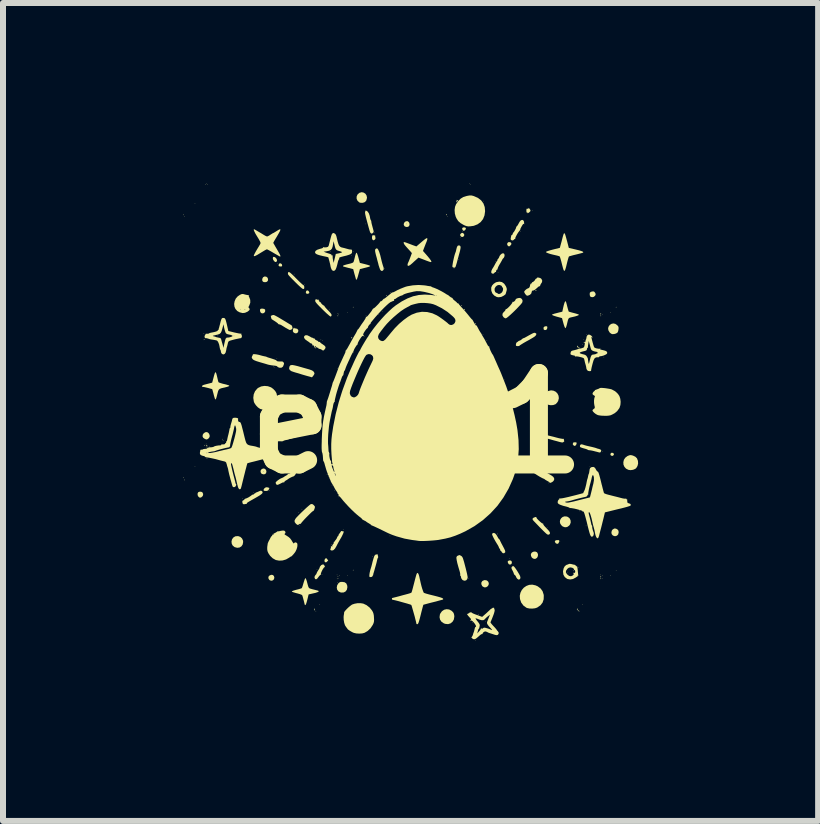
<source format=kicad_pcb>
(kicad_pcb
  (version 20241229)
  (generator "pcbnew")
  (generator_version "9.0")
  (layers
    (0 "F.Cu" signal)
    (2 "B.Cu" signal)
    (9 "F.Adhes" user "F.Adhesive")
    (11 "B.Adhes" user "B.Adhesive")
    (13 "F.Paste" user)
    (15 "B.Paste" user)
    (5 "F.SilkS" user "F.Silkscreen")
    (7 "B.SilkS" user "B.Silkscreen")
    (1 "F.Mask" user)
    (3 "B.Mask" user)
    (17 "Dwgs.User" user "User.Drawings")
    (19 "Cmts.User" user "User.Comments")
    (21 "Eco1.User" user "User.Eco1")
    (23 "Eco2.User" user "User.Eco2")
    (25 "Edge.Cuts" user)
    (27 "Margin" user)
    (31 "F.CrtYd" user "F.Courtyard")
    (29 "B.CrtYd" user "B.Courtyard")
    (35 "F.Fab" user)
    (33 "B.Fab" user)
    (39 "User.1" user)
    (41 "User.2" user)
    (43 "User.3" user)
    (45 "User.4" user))
  (footprint "egg1"
    (layer "F.Cu")
    (at 3.899 4.001)
    (property "Reference" "egg1" (at 0 0 0) (layer "F.SilkS") (effects (font (size 1.524 1.524) (thickness 0.3))))
    (attr through_hole)
    (fp_poly (pts (xy -1.604 2.37) (xy -1.604 2.369) (xy -1.603 2.369)) (stroke (width 0) (type solid)) (fill yes) (layer "F.SilkS"))
    (fp_poly (pts (xy -3.871 -3.44) (xy -3.876 -3.435) (xy -3.881 -3.44) (xy -3.876 -3.444)) (stroke (width 0) (type solid)) (fill yes) (layer "F.SilkS"))
    (fp_poly (pts (xy -3.695 -3.662) (xy -3.7 -3.658) (xy -3.704 -3.662) (xy -3.7 -3.667)) (stroke (width 0) (type solid)) (fill yes) (layer "F.SilkS"))
    (fp_poly (pts (xy -3.695 0.719) (xy -3.7 0.724) (xy -3.704 0.719) (xy -3.7 0.715)) (stroke (width 0) (type solid)) (fill yes) (layer "F.SilkS"))
    (fp_poly (pts (xy -3.546 -1.49) (xy -3.551 -1.485) (xy -3.556 -1.49) (xy -3.551 -1.495)) (stroke (width 0) (type solid)) (fill yes) (layer "F.SilkS"))
    (fp_poly (pts (xy -3.518 -3.978) (xy -3.523 -3.973) (xy -3.528 -3.978) (xy -3.523 -3.983)) (stroke (width 0) (type solid)) (fill yes) (layer "F.SilkS"))
    (fp_poly (pts (xy -3.509 0.348) (xy -3.514 0.353) (xy -3.518 0.348) (xy -3.514 0.343)) (stroke (width 0) (type solid)) (fill yes) (layer "F.SilkS"))
    (fp_poly (pts (xy -3.509 0.413) (xy -3.514 0.418) (xy -3.518 0.413) (xy -3.514 0.408)) (stroke (width 0) (type solid)) (fill yes) (layer "F.SilkS"))
    (fp_poly (pts (xy -3.5 -3.997) (xy -3.505 -3.992) (xy -3.509 -3.997) (xy -3.505 -4.001)) (stroke (width 0) (type solid)) (fill yes) (layer "F.SilkS"))
    (fp_poly (pts (xy -3.491 -3.978) (xy -3.495 -3.973) (xy -3.5 -3.978) (xy -3.495 -3.983)) (stroke (width 0) (type solid)) (fill yes) (layer "F.SilkS"))
    (fp_poly (pts (xy -3.454 0.385) (xy -3.458 0.39) (xy -3.463 0.385) (xy -3.458 0.381)) (stroke (width 0) (type solid)) (fill yes) (layer "F.SilkS"))
    (fp_poly (pts (xy -3.314 -1.453) (xy -3.319 -1.448) (xy -3.324 -1.453) (xy -3.319 -1.458)) (stroke (width 0) (type solid)) (fill yes) (layer "F.SilkS"))
    (fp_poly (pts (xy -2.906 1.258) (xy -2.91 1.263) (xy -2.915 1.258) (xy -2.91 1.253)) (stroke (width 0) (type solid)) (fill yes) (layer "F.SilkS"))
    (fp_poly (pts (xy -2.72 1.156) (xy -2.725 1.16) (xy -2.729 1.156) (xy -2.725 1.151)) (stroke (width 0) (type solid)) (fill yes) (layer "F.SilkS"))
    (fp_poly (pts (xy -2.451 1.128) (xy -2.456 1.133) (xy -2.46 1.128) (xy -2.456 1.123)) (stroke (width 0) (type solid)) (fill yes) (layer "F.SilkS"))
    (fp_poly (pts (xy -2.442 0.497) (xy -2.446 0.501) (xy -2.451 0.497) (xy -2.446 0.492)) (stroke (width 0) (type solid)) (fill yes) (layer "F.SilkS"))
    (fp_poly (pts (xy -2.386 -0.942) (xy -2.391 -0.938) (xy -2.395 -0.942) (xy -2.391 -0.947)) (stroke (width 0) (type solid)) (fill yes) (layer "F.SilkS"))
    (fp_poly (pts (xy -2.377 -0.924) (xy -2.381 -0.919) (xy -2.386 -0.924) (xy -2.381 -0.928)) (stroke (width 0) (type solid)) (fill yes) (layer "F.SilkS"))
    (fp_poly (pts (xy -2.33 -1.072) (xy -2.335 -1.068) (xy -2.339 -1.072) (xy -2.335 -1.077)) (stroke (width 0) (type solid)) (fill yes) (layer "F.SilkS"))
    (fp_poly (pts (xy -2.321 -2.66) (xy -2.326 -2.655) (xy -2.33 -2.66) (xy -2.326 -2.664)) (stroke (width 0) (type solid)) (fill yes) (layer "F.SilkS"))
    (fp_poly (pts (xy -2.312 0.218) (xy -2.316 0.223) (xy -2.321 0.218) (xy -2.316 0.214)) (stroke (width 0) (type solid)) (fill yes) (layer "F.SilkS"))
    (fp_poly (pts (xy -2.145 0.162) (xy -2.149 0.167) (xy -2.154 0.162) (xy -2.149 0.158)) (stroke (width 0) (type solid)) (fill yes) (layer "F.SilkS"))
    (fp_poly (pts (xy -2.042 -2.483) (xy -2.047 -2.479) (xy -2.052 -2.483) (xy -2.047 -2.488)) (stroke (width 0) (type solid)) (fill yes) (layer "F.SilkS"))
    (fp_poly (pts (xy -1.977 0.784) (xy -1.982 0.789) (xy -1.987 0.784) (xy -1.982 0.78)) (stroke (width 0) (type solid)) (fill yes) (layer "F.SilkS"))
    (fp_poly (pts (xy -1.968 1.49) (xy -1.973 1.495) (xy -1.977 1.49) (xy -1.973 1.485)) (stroke (width 0) (type solid)) (fill yes) (layer "F.SilkS"))
    (fp_poly (pts (xy -1.95 1.704) (xy -1.954 1.708) (xy -1.959 1.704) (xy -1.954 1.699)) (stroke (width 0) (type solid)) (fill yes) (layer "F.SilkS"))
    (fp_poly (pts (xy -1.912 1.434) (xy -1.917 1.439) (xy -1.922 1.434) (xy -1.917 1.43)) (stroke (width 0) (type solid)) (fill yes) (layer "F.SilkS"))
    (fp_poly (pts (xy -1.866 -2.307) (xy -1.871 -2.302) (xy -1.875 -2.307) (xy -1.871 -2.312)) (stroke (width 0) (type solid)) (fill yes) (layer "F.SilkS"))
    (fp_poly (pts (xy -1.699 3.124) (xy -1.704 3.129) (xy -1.708 3.124) (xy -1.704 3.119)) (stroke (width 0) (type solid)) (fill yes) (layer "F.SilkS"))
    (fp_poly (pts (xy -1.68 3.133) (xy -1.685 3.138) (xy -1.69 3.133) (xy -1.685 3.129)) (stroke (width 0) (type solid)) (fill yes) (layer "F.SilkS"))
    (fp_poly (pts (xy -1.662 2.437) (xy -1.666 2.442) (xy -1.671 2.437) (xy -1.666 2.432)) (stroke (width 0) (type solid)) (fill yes) (layer "F.SilkS"))
    (fp_poly (pts (xy -1.615 3.022) (xy -1.62 3.026) (xy -1.625 3.022) (xy -1.62 3.017)) (stroke (width 0) (type solid)) (fill yes) (layer "F.SilkS"))
    (fp_poly (pts (xy -1.597 -1.388) (xy -1.601 -1.383) (xy -1.606 -1.388) (xy -1.601 -1.393)) (stroke (width 0) (type solid)) (fill yes) (layer "F.SilkS"))
    (fp_poly (pts (xy -1.578 2.521) (xy -1.583 2.525) (xy -1.587 2.521) (xy -1.583 2.516)) (stroke (width 0) (type solid)) (fill yes) (layer "F.SilkS"))
    (fp_poly (pts (xy -1.569 -1.379) (xy -1.574 -1.374) (xy -1.578 -1.379) (xy -1.574 -1.383)) (stroke (width 0) (type solid)) (fill yes) (layer "F.SilkS"))
    (fp_poly (pts (xy -1.495 0.859) (xy -1.499 0.863) (xy -1.504 0.859) (xy -1.499 0.854)) (stroke (width 0) (type solid)) (fill yes) (layer "F.SilkS"))
    (fp_poly (pts (xy -1.458 -1.899) (xy -1.462 -1.894) (xy -1.467 -1.899) (xy -1.462 -1.903)) (stroke (width 0) (type solid)) (fill yes) (layer "F.SilkS"))
    (fp_poly (pts (xy -1.439 -2.855) (xy -1.444 -2.85) (xy -1.448 -2.855) (xy -1.444 -2.859)) (stroke (width 0) (type solid)) (fill yes) (layer "F.SilkS"))
    (fp_poly (pts (xy -1.42 2.019) (xy -1.425 2.024) (xy -1.43 2.019) (xy -1.425 2.015)) (stroke (width 0) (type solid)) (fill yes) (layer "F.SilkS"))
    (fp_poly (pts (xy -1.411 1.035) (xy -1.416 1.04) (xy -1.42 1.035) (xy -1.416 1.03)) (stroke (width 0) (type solid)) (fill yes) (layer "F.SilkS"))
    (fp_poly (pts (xy -1.365 1.128) (xy -1.369 1.133) (xy -1.374 1.128) (xy -1.369 1.123)) (stroke (width 0) (type solid)) (fill yes) (layer "F.SilkS"))
    (fp_poly (pts (xy -1.328 2.53) (xy -1.332 2.534) (xy -1.337 2.53) (xy -1.332 2.525)) (stroke (width 0) (type solid)) (fill yes) (layer "F.SilkS"))
    (fp_poly (pts (xy -1.318 -0.914) (xy -1.323 -0.91) (xy -1.328 -0.914) (xy -1.323 -0.919)) (stroke (width 0) (type solid)) (fill yes) (layer "F.SilkS"))
    (fp_poly (pts (xy -1.318 2.66) (xy -1.323 2.664) (xy -1.328 2.66) (xy -1.323 2.655)) (stroke (width 0) (type solid)) (fill yes) (layer "F.SilkS"))
    (fp_poly (pts (xy -1.309 1.23) (xy -1.314 1.235) (xy -1.318 1.23) (xy -1.314 1.225)) (stroke (width 0) (type solid)) (fill yes) (layer "F.SilkS"))
    (fp_poly (pts (xy -1.3 -1.806) (xy -1.304 -1.801) (xy -1.309 -1.806) (xy -1.304 -1.81)) (stroke (width 0) (type solid)) (fill yes) (layer "F.SilkS"))
    (fp_poly (pts (xy -1.3 2.585) (xy -1.304 2.59) (xy -1.309 2.585) (xy -1.304 2.581)) (stroke (width 0) (type solid)) (fill yes) (layer "F.SilkS"))
    (fp_poly (pts (xy -1.29 2.539) (xy -1.295 2.544) (xy -1.3 2.539) (xy -1.295 2.534)) (stroke (width 0) (type solid)) (fill yes) (layer "F.SilkS"))
    (fp_poly (pts (xy -1.225 1.778) (xy -1.23 1.782) (xy -1.235 1.778) (xy -1.23 1.773)) (stroke (width 0) (type solid)) (fill yes) (layer "F.SilkS"))
    (fp_poly (pts (xy -1.151 -1.843) (xy -1.156 -1.838) (xy -1.16 -1.843) (xy -1.156 -1.847)) (stroke (width 0) (type solid)) (fill yes) (layer "F.SilkS"))
    (fp_poly (pts (xy -1.151 2.539) (xy -1.156 2.544) (xy -1.16 2.539) (xy -1.156 2.534)) (stroke (width 0) (type solid)) (fill yes) (layer "F.SilkS"))
    (fp_poly (pts (xy -1.086 -2.79) (xy -1.091 -2.785) (xy -1.095 -2.79) (xy -1.091 -2.794)) (stroke (width 0) (type solid)) (fill yes) (layer "F.SilkS"))
    (fp_poly (pts (xy -1.086 -1.406) (xy -1.091 -1.402) (xy -1.095 -1.406) (xy -1.091 -1.411)) (stroke (width 0) (type solid)) (fill yes) (layer "F.SilkS"))
    (fp_poly (pts (xy -1.049 -2.855) (xy -1.054 -2.85) (xy -1.058 -2.855) (xy -1.054 -2.859)) (stroke (width 0) (type solid)) (fill yes) (layer "F.SilkS"))
    (fp_poly (pts (xy -1.049 -1.174) (xy -1.054 -1.17) (xy -1.058 -1.174) (xy -1.054 -1.179)) (stroke (width 0) (type solid)) (fill yes) (layer "F.SilkS"))
    (fp_poly (pts (xy -0.854 -3.319) (xy -0.859 -3.314) (xy -0.863 -3.319) (xy -0.859 -3.324)) (stroke (width 0) (type solid)) (fill yes) (layer "F.SilkS"))
    (fp_poly (pts (xy -0.845 -1.787) (xy -0.849 -1.782) (xy -0.854 -1.787) (xy -0.849 -1.792)) (stroke (width 0) (type solid)) (fill yes) (layer "F.SilkS"))
    (fp_poly (pts (xy -0.733 2.223) (xy -0.738 2.228) (xy -0.743 2.223) (xy -0.738 2.219)) (stroke (width 0) (type solid)) (fill yes) (layer "F.SilkS"))
    (fp_poly (pts (xy -0.715 2.53) (xy -0.719 2.534) (xy -0.724 2.53) (xy -0.719 2.525)) (stroke (width 0) (type solid)) (fill yes) (layer "F.SilkS"))
    (fp_poly (pts (xy -0.706 -3.17) (xy -0.71 -3.166) (xy -0.715 -3.17) (xy -0.71 -3.175)) (stroke (width 0) (type solid)) (fill yes) (layer "F.SilkS"))
    (fp_poly (pts (xy -0.641 -1.806) (xy -0.645 -1.801) (xy -0.65 -1.806) (xy -0.645 -1.81)) (stroke (width 0) (type solid)) (fill yes) (layer "F.SilkS"))
    (fp_poly (pts (xy -0.576 -1.861) (xy -0.58 -1.857) (xy -0.585 -1.861) (xy -0.58 -1.866)) (stroke (width 0) (type solid)) (fill yes) (layer "F.SilkS"))
    (fp_poly (pts (xy -0.538 -2.576) (xy -0.543 -2.572) (xy -0.548 -2.576) (xy -0.543 -2.581)) (stroke (width 0) (type solid)) (fill yes) (layer "F.SilkS"))
    (fp_poly (pts (xy -0.446 1.88) (xy -0.45 1.885) (xy -0.455 1.88) (xy -0.45 1.875)) (stroke (width 0) (type solid)) (fill yes) (layer "F.SilkS"))
    (fp_poly (pts (xy -0.436 -2.177) (xy -0.441 -2.172) (xy -0.446 -2.177) (xy -0.441 -2.182)) (stroke (width 0) (type solid)) (fill yes) (layer "F.SilkS"))
    (fp_poly (pts (xy 0.511 -3.44) (xy 0.506 -3.435) (xy 0.501 -3.44) (xy 0.506 -3.444)) (stroke (width 0) (type solid)) (fill yes) (layer "F.SilkS"))
    (fp_poly (pts (xy 0.622 -2.576) (xy 0.617 -2.572) (xy 0.613 -2.576) (xy 0.617 -2.581)) (stroke (width 0) (type solid)) (fill yes) (layer "F.SilkS"))
    (fp_poly (pts (xy 0.696 -2.725) (xy 0.692 -2.72) (xy 0.687 -2.725) (xy 0.692 -2.729)) (stroke (width 0) (type solid)) (fill yes) (layer "F.SilkS"))
    (fp_poly (pts (xy 0.724 -3.096) (xy 0.719 -3.091) (xy 0.715 -3.096) (xy 0.719 -3.101)) (stroke (width 0) (type solid)) (fill yes) (layer "F.SilkS"))
    (fp_poly (pts (xy 0.761 -3.189) (xy 0.757 -3.184) (xy 0.752 -3.189) (xy 0.757 -3.194)) (stroke (width 0) (type solid)) (fill yes) (layer "F.SilkS"))
    (fp_poly (pts (xy 0.863 2.585) (xy 0.859 2.59) (xy 0.854 2.585) (xy 0.859 2.581)) (stroke (width 0) (type solid)) (fill yes) (layer "F.SilkS"))
    (fp_poly (pts (xy 0.882 -3.997) (xy 0.877 -3.992) (xy 0.873 -3.997) (xy 0.877 -4.001)) (stroke (width 0) (type solid)) (fill yes) (layer "F.SilkS"))
    (fp_poly (pts (xy 0.891 -3.978) (xy 0.887 -3.973) (xy 0.882 -3.978) (xy 0.887 -3.983)) (stroke (width 0) (type solid)) (fill yes) (layer "F.SilkS"))
    (fp_poly (pts (xy 0.928 3.319) (xy 0.924 3.324) (xy 0.919 3.319) (xy 0.924 3.314)) (stroke (width 0) (type solid)) (fill yes) (layer "F.SilkS"))
    (fp_poly (pts (xy 0.984 3.625) (xy 0.979 3.63) (xy 0.975 3.625) (xy 0.979 3.621)) (stroke (width 0) (type solid)) (fill yes) (layer "F.SilkS"))
    (fp_poly (pts (xy 1.105 -1.481) (xy 1.1 -1.476) (xy 1.095 -1.481) (xy 1.1 -1.485)) (stroke (width 0) (type solid)) (fill yes) (layer "F.SilkS"))
    (fp_poly (pts (xy 1.114 -3.7) (xy 1.109 -3.695) (xy 1.105 -3.7) (xy 1.109 -3.704)) (stroke (width 0) (type solid)) (fill yes) (layer "F.SilkS"))
    (fp_poly (pts (xy 1.142 3.3) (xy 1.137 3.305) (xy 1.133 3.3) (xy 1.137 3.296)) (stroke (width 0) (type solid)) (fill yes) (layer "F.SilkS"))
    (fp_poly (pts (xy 1.17 -1.379) (xy 1.165 -1.374) (xy 1.16 -1.379) (xy 1.165 -1.383)) (stroke (width 0) (type solid)) (fill yes) (layer "F.SilkS"))
    (fp_poly (pts (xy 1.309 -2.688) (xy 1.304 -2.683) (xy 1.3 -2.688) (xy 1.304 -2.692)) (stroke (width 0) (type solid)) (fill yes) (layer "F.SilkS"))
    (fp_poly (pts (xy 1.355 -2.511) (xy 1.351 -2.507) (xy 1.346 -2.511) (xy 1.351 -2.516)) (stroke (width 0) (type solid)) (fill yes) (layer "F.SilkS"))
    (fp_poly (pts (xy 1.467 -0.719) (xy 1.462 -0.715) (xy 1.458 -0.719) (xy 1.462 -0.724)) (stroke (width 0) (type solid)) (fill yes) (layer "F.SilkS"))
    (fp_poly (pts (xy 1.541 2.261) (xy 1.536 2.265) (xy 1.532 2.261) (xy 1.536 2.256)) (stroke (width 0) (type solid)) (fill yes) (layer "F.SilkS"))
    (fp_poly (pts (xy 1.727 -3.198) (xy 1.722 -3.194) (xy 1.717 -3.198) (xy 1.722 -3.203)) (stroke (width 0) (type solid)) (fill yes) (layer "F.SilkS"))
    (fp_poly (pts (xy 1.801 -3.319) (xy 1.796 -3.314) (xy 1.792 -3.319) (xy 1.796 -3.324)) (stroke (width 0) (type solid)) (fill yes) (layer "F.SilkS"))
    (fp_poly (pts (xy 1.894 0.747) (xy 1.889 0.752) (xy 1.885 0.747) (xy 1.889 0.743)) (stroke (width 0) (type solid)) (fill yes) (layer "F.SilkS"))
    (fp_poly (pts (xy 1.931 -3.542) (xy 1.926 -3.537) (xy 1.922 -3.542) (xy 1.926 -3.546)) (stroke (width 0) (type solid)) (fill yes) (layer "F.SilkS"))
    (fp_poly (pts (xy 2.172 1.741) (xy 2.168 1.745) (xy 2.163 1.741) (xy 2.168 1.736)) (stroke (width 0) (type solid)) (fill yes) (layer "F.SilkS"))
    (fp_poly (pts (xy 2.191 0.998) (xy 2.186 1.003) (xy 2.182 0.998) (xy 2.186 0.993)) (stroke (width 0) (type solid)) (fill yes) (layer "F.SilkS"))
    (fp_poly (pts (xy 2.386 1.973) (xy 2.381 1.977) (xy 2.377 1.973) (xy 2.381 1.968)) (stroke (width 0) (type solid)) (fill yes) (layer "F.SilkS"))
    (fp_poly (pts (xy 2.516 2.483) (xy 2.511 2.488) (xy 2.507 2.483) (xy 2.511 2.479)) (stroke (width 0) (type solid)) (fill yes) (layer "F.SilkS"))
    (fp_poly (pts (xy 2.692 2.409) (xy 2.688 2.414) (xy 2.683 2.409) (xy 2.688 2.404)) (stroke (width 0) (type solid)) (fill yes) (layer "F.SilkS"))
    (fp_poly (pts (xy 2.767 -1.314) (xy 2.762 -1.309) (xy 2.757 -1.314) (xy 2.762 -1.318)) (stroke (width 0) (type solid)) (fill yes) (layer "F.SilkS"))
    (fp_poly (pts (xy 2.767 3.022) (xy 2.762 3.026) (xy 2.757 3.022) (xy 2.762 3.017)) (stroke (width 0) (type solid)) (fill yes) (layer "F.SilkS"))
    (fp_poly (pts (xy 2.776 -1.341) (xy 2.771 -1.337) (xy 2.767 -1.341) (xy 2.771 -1.346)) (stroke (width 0) (type solid)) (fill yes) (layer "F.SilkS"))
    (fp_poly (pts (xy 2.785 -1.388) (xy 2.78 -1.383) (xy 2.776 -1.388) (xy 2.78 -1.393)) (stroke (width 0) (type solid)) (fill yes) (layer "F.SilkS"))
    (fp_poly (pts (xy 2.822 1.713) (xy 2.818 1.717) (xy 2.813 1.713) (xy 2.818 1.708)) (stroke (width 0) (type solid)) (fill yes) (layer "F.SilkS"))
    (fp_poly (pts (xy 2.832 -1.471) (xy 2.827 -1.467) (xy 2.822 -1.471) (xy 2.827 -1.476)) (stroke (width 0) (type solid)) (fill yes) (layer "F.SilkS"))
    (fp_poly (pts (xy 2.887 0.729) (xy 2.883 0.733) (xy 2.878 0.729) (xy 2.883 0.724)) (stroke (width 0) (type solid)) (fill yes) (layer "F.SilkS"))
    (fp_poly (pts (xy 2.999 -1.165) (xy 2.994 -1.16) (xy 2.989 -1.165) (xy 2.994 -1.17)) (stroke (width 0) (type solid)) (fill yes) (layer "F.SilkS"))
    (fp_poly (pts (xy 3.064 2.53) (xy 3.059 2.534) (xy 3.054 2.53) (xy 3.059 2.525)) (stroke (width 0) (type solid)) (fill yes) (layer "F.SilkS"))
    (fp_poly (pts (xy 3.091 -1.806) (xy 3.087 -1.801) (xy 3.082 -1.806) (xy 3.087 -1.81)) (stroke (width 0) (type solid)) (fill yes) (layer "F.SilkS"))
    (fp_poly (pts (xy 3.091 0.469) (xy 3.087 0.473) (xy 3.082 0.469) (xy 3.087 0.464)) (stroke (width 0) (type solid)) (fill yes) (layer "F.SilkS"))
    (fp_poly (pts (xy 3.091 2.539) (xy 3.087 2.544) (xy 3.082 2.539) (xy 3.087 2.534)) (stroke (width 0) (type solid)) (fill yes) (layer "F.SilkS"))
    (fp_poly (pts (xy 3.091 2.585) (xy 3.087 2.59) (xy 3.082 2.585) (xy 3.087 2.581)) (stroke (width 0) (type solid)) (fill yes) (layer "F.SilkS"))
    (fp_poly (pts (xy 3.119 -1.1) (xy 3.115 -1.095) (xy 3.11 -1.1) (xy 3.115 -1.105)) (stroke (width 0) (type solid)) (fill yes) (layer "F.SilkS"))
    (fp_poly (pts (xy 3.231 -1.843) (xy 3.226 -1.838) (xy 3.221 -1.843) (xy 3.226 -1.847)) (stroke (width 0) (type solid)) (fill yes) (layer "F.SilkS"))
    (fp_poly (pts (xy 3.231 2.539) (xy 3.226 2.544) (xy 3.221 2.539) (xy 3.226 2.534)) (stroke (width 0) (type solid)) (fill yes) (layer "F.SilkS"))
    (fp_poly (pts (xy 3.324 2.456) (xy 3.319 2.46) (xy 3.314 2.456) (xy 3.319 2.451)) (stroke (width 0) (type solid)) (fill yes) (layer "F.SilkS"))
    (fp_poly (pts (xy -3.893 -3.478) (xy -3.892 -3.467) (xy -3.893 -3.466) (xy -3.898 -3.467) (xy -3.899 -3.472) (xy -3.896 -3.48)) (stroke (width 0) (type solid)) (fill yes) (layer "F.SilkS"))
    (fp_poly (pts (xy -3.893 0.904) (xy -3.892 0.915) (xy -3.893 0.916) (xy -3.898 0.915) (xy -3.899 0.91) (xy -3.896 0.902)) (stroke (width 0) (type solid)) (fill yes) (layer "F.SilkS"))
    (fp_poly (pts (xy -3.874 0.941) (xy -3.873 0.952) (xy -3.874 0.953) (xy -3.88 0.952) (xy -3.881 0.947) (xy -3.877 0.939)) (stroke (width 0) (type solid)) (fill yes) (layer "F.SilkS"))
    (fp_poly (pts (xy -3.494 0.588) (xy -3.495 0.593) (xy -3.5 0.594) (xy -3.508 0.591) (xy -3.506 0.588) (xy -3.495 0.587)) (stroke (width 0) (type solid)) (fill yes) (layer "F.SilkS"))
    (fp_poly (pts (xy -3.484 0.374) (xy -3.483 0.385) (xy -3.484 0.387) (xy -3.49 0.386) (xy -3.491 0.381) (xy -3.487 0.373)) (stroke (width 0) (type solid)) (fill yes) (layer "F.SilkS"))
    (fp_poly (pts (xy -3.243 0.263) (xy -3.242 0.274) (xy -3.243 0.275) (xy -3.249 0.274) (xy -3.249 0.269) (xy -3.246 0.262)) (stroke (width 0) (type solid)) (fill yes) (layer "F.SilkS"))
    (fp_poly (pts (xy -3.225 0.291) (xy -3.226 0.296) (xy -3.231 0.297) (xy -3.238 0.294) (xy -3.237 0.291) (xy -3.226 0.29)) (stroke (width 0) (type solid)) (fill yes) (layer "F.SilkS"))
    (fp_poly (pts (xy -1.321 2.593) (xy -1.323 2.599) (xy -1.328 2.599) (xy -1.335 2.596) (xy -1.334 2.593) (xy -1.323 2.592)) (stroke (width 0) (type solid)) (fill yes) (layer "F.SilkS"))
    (fp_poly (pts (xy -1.312 -1.826) (xy -1.313 -1.82) (xy -1.318 -1.82) (xy -1.326 -1.823) (xy -1.324 -1.826) (xy -1.313 -1.827)) (stroke (width 0) (type solid)) (fill yes) (layer "F.SilkS"))
    (fp_poly (pts (xy -1.312 2.556) (xy -1.313 2.562) (xy -1.318 2.562) (xy -1.326 2.559) (xy -1.324 2.556) (xy -1.313 2.555)) (stroke (width 0) (type solid)) (fill yes) (layer "F.SilkS"))
    (fp_poly (pts (xy -1.312 -1.788) (xy -1.314 -1.784) (xy -1.324 -1.783) (xy -1.334 -1.785) (xy -1.329 -1.789) (xy -1.315 -1.79)) (stroke (width 0) (type solid)) (fill yes) (layer "F.SilkS"))
    (fp_poly (pts (xy -1.061 -1.937) (xy -1.06 -1.926) (xy -1.061 -1.925) (xy -1.067 -1.926) (xy -1.068 -1.931) (xy -1.064 -1.939)) (stroke (width 0) (type solid)) (fill yes) (layer "F.SilkS"))
    (fp_poly (pts (xy -1.061 2.445) (xy -1.06 2.456) (xy -1.061 2.457) (xy -1.067 2.456) (xy -1.068 2.451) (xy -1.064 2.443)) (stroke (width 0) (type solid)) (fill yes) (layer "F.SilkS"))
    (fp_poly (pts (xy 1.027 3.187) (xy 1.026 3.193) (xy 1.021 3.194) (xy 1.014 3.19) (xy 1.015 3.187) (xy 1.026 3.186)) (stroke (width 0) (type solid)) (fill yes) (layer "F.SilkS"))
    (fp_poly (pts (xy 1.343 1.841) (xy 1.344 1.852) (xy 1.343 1.854) (xy 1.338 1.852) (xy 1.337 1.847) (xy 1.34 1.84)) (stroke (width 0) (type solid)) (fill yes) (layer "F.SilkS"))
    (fp_poly (pts (xy 2.606 2.454) (xy 2.607 2.465) (xy 2.606 2.466) (xy 2.6 2.465) (xy 2.599 2.46) (xy 2.603 2.453)) (stroke (width 0) (type solid)) (fill yes) (layer "F.SilkS"))
    (fp_poly (pts (xy 2.717 1.461) (xy 2.716 1.466) (xy 2.711 1.467) (xy 2.703 1.463) (xy 2.705 1.461) (xy 2.716 1.46)) (stroke (width 0) (type solid)) (fill yes) (layer "F.SilkS"))
    (fp_poly (pts (xy 2.763 1.47) (xy 2.762 1.475) (xy 2.757 1.476) (xy 2.75 1.473) (xy 2.751 1.47) (xy 2.762 1.469)) (stroke (width 0) (type solid)) (fill yes) (layer "F.SilkS"))
    (fp_poly (pts (xy 3.07 -1.788) (xy 3.068 -1.784) (xy 3.058 -1.783) (xy 3.048 -1.785) (xy 3.053 -1.789) (xy 3.067 -1.79)) (stroke (width 0) (type solid)) (fill yes) (layer "F.SilkS"))
    (fp_poly (pts (xy 3.07 2.594) (xy 3.068 2.598) (xy 3.058 2.599) (xy 3.048 2.596) (xy 3.053 2.593) (xy 3.067 2.592)) (stroke (width 0) (type solid)) (fill yes) (layer "F.SilkS"))
    (fp_poly (pts (xy 3.32 -1.937) (xy 3.322 -1.926) (xy 3.32 -1.925) (xy 3.315 -1.926) (xy 3.314 -1.931) (xy 3.318 -1.939)) (stroke (width 0) (type solid)) (fill yes) (layer "F.SilkS"))
    (fp_poly (pts (xy -3.501 0.369) (xy -3.5 0.375) (xy -3.503 0.389) (xy -3.511 0.385) (xy -3.513 0.381) (xy -3.512 0.369) (xy -3.509 0.367)) (stroke (width 0) (type solid)) (fill yes) (layer "F.SilkS"))
    (fp_poly (pts (xy -1.086 -1.434) (xy -1.077 -1.426) (xy -1.087 -1.424) (xy -1.09 -1.423) (xy -1.1 -1.428) (xy -1.099 -1.431) (xy -1.088 -1.435)) (stroke (width 0) (type solid)) (fill yes) (layer "F.SilkS"))
    (fp_poly (pts (xy 0.741 -1.964) (xy 0.751 -1.956) (xy 0.752 -1.954) (xy 0.748 -1.95) (xy 0.738 -1.958) (xy 0.737 -1.96) (xy 0.736 -1.967)) (stroke (width 0) (type solid)) (fill yes) (layer "F.SilkS"))
    (fp_poly (pts (xy 0.974 -1.664) (xy 0.978 -1.658) (xy 0.98 -1.644) (xy 0.974 -1.647) (xy 0.97 -1.653) (xy 0.967 -1.665) (xy 0.968 -1.667)) (stroke (width 0) (type solid)) (fill yes) (layer "F.SilkS"))
    (fp_poly (pts (xy -3.54 -1.396) (xy -3.542 -1.393) (xy -3.55 -1.384) (xy -3.552 -1.383) (xy -3.553 -1.389) (xy -3.551 -1.393) (xy -3.542 -1.401) (xy -3.541 -1.402)) (stroke (width 0) (type solid)) (fill yes) (layer "F.SilkS"))
    (fp_poly (pts (xy -3.531 0.368) (xy -3.532 0.371) (xy -3.541 0.38) (xy -3.543 0.381) (xy -3.543 0.375) (xy -3.542 0.371) (xy -3.533 0.362) (xy -3.531 0.362)) (stroke (width 0) (type solid)) (fill yes) (layer "F.SilkS"))
    (fp_poly (pts (xy -1.699 3.099) (xy -1.699 3.101) (xy -1.706 3.11) (xy -1.708 3.11) (xy -1.717 3.103) (xy -1.717 3.101) (xy -1.71 3.092) (xy -1.708 3.091)) (stroke (width 0) (type solid)) (fill yes) (layer "F.SilkS"))
    (fp_poly (pts (xy -0.504 -2.129) (xy -0.506 -2.126) (xy -0.515 -2.117) (xy -0.516 -2.117) (xy -0.517 -2.123) (xy -0.515 -2.126) (xy -0.506 -2.135) (xy -0.505 -2.135)) (stroke (width 0) (type solid)) (fill yes) (layer "F.SilkS"))
    (fp_poly (pts (xy 0.498 -3.476) (xy 0.497 -3.472) (xy 0.488 -3.463) (xy 0.487 -3.463) (xy 0.483 -3.47) (xy 0.483 -3.472) (xy 0.49 -3.481) (xy 0.493 -3.481)) (stroke (width 0) (type solid)) (fill yes) (layer "F.SilkS"))
    (fp_poly (pts (xy 0.798 -1.896) (xy 0.798 -1.894) (xy 0.795 -1.885) (xy 0.794 -1.885) (xy 0.786 -1.891) (xy 0.784 -1.894) (xy 0.785 -1.902) (xy 0.789 -1.903)) (stroke (width 0) (type solid)) (fill yes) (layer "F.SilkS"))
    (fp_poly (pts (xy 1.991 -2.212) (xy 1.99 -2.208) (xy 1.983 -2.2) (xy 1.982 -2.2) (xy 1.975 -2.207) (xy 1.974 -2.208) (xy 1.976 -2.215) (xy 1.982 -2.216)) (stroke (width 0) (type solid)) (fill yes) (layer "F.SilkS"))
    (fp_poly (pts (xy 2.683 3.099) (xy 2.683 3.101) (xy 2.676 3.11) (xy 2.674 3.11) (xy 2.665 3.103) (xy 2.664 3.101) (xy 2.671 3.092) (xy 2.674 3.091)) (stroke (width 0) (type solid)) (fill yes) (layer "F.SilkS"))
    (fp_poly (pts (xy 2.694 3.124) (xy 2.702 3.129) (xy 2.709 3.136) (xy 2.706 3.138) (xy 2.691 3.133) (xy 2.683 3.129) (xy 2.676 3.121) (xy 2.678 3.12)) (stroke (width 0) (type solid)) (fill yes) (layer "F.SilkS"))
    (fp_poly (pts (xy 3.07 -1.823) (xy 3.068 -1.82) (xy 3.06 -1.811) (xy 3.058 -1.81) (xy 3.054 -1.817) (xy 3.054 -1.82) (xy 3.061 -1.829) (xy 3.064 -1.829)) (stroke (width 0) (type solid)) (fill yes) (layer "F.SilkS"))
    (fp_poly (pts (xy 3.07 2.559) (xy 3.068 2.562) (xy 3.06 2.571) (xy 3.058 2.572) (xy 3.054 2.564) (xy 3.054 2.562) (xy 3.061 2.553) (xy 3.064 2.553)) (stroke (width 0) (type solid)) (fill yes) (layer "F.SilkS"))
    (fp_poly (pts (xy -2.267 -2.66) (xy -2.252 -2.647) (xy -2.247 -2.626) (xy -2.25 -2.614) (xy -2.265 -2.61) (xy -2.277 -2.61) (xy -2.298 -2.614) (xy -2.306 -2.623) (xy -2.306 -2.636) (xy -2.299 -2.655) (xy -2.284 -2.663)) (stroke (width 0) (type solid)) (fill yes) (layer "F.SilkS"))
    (fp_poly (pts (xy -1.812 -2.206) (xy -1.806 -2.2) (xy -1.794 -2.179) (xy -1.799 -2.163) (xy -1.819 -2.155) (xy -1.827 -2.155) (xy -1.846 -2.16) (xy -1.852 -2.174) (xy -1.852 -2.179) (xy -1.846 -2.202) (xy -1.831 -2.212)) (stroke (width 0) (type solid)) (fill yes) (layer "F.SilkS"))
    (fp_poly (pts (xy 0.671 -3.717) (xy 0.682 -3.712) (xy 0.68 -3.703) (xy 0.672 -3.694) (xy 0.657 -3.679) (xy 0.652 -3.679) (xy 0.658 -3.693) (xy 0.658 -3.694) (xy 0.663 -3.71) (xy 0.661 -3.717) (xy 0.663 -3.72)) (stroke (width 0) (type solid)) (fill yes) (layer "F.SilkS"))
    (fp_poly (pts (xy 0.808 -3.257) (xy 0.816 -3.243) (xy 0.807 -3.223) (xy 0.803 -3.218) (xy 0.785 -3.205) (xy 0.771 -3.207) (xy 0.762 -3.216) (xy 0.752 -3.238) (xy 0.759 -3.255) (xy 0.78 -3.263) (xy 0.784 -3.263)) (stroke (width 0) (type solid)) (fill yes) (layer "F.SilkS"))
    (fp_poly (pts (xy 2.171 -1.606) (xy 2.172 -1.589) (xy 2.166 -1.564) (xy 2.147 -1.552) (xy 2.13 -1.55) (xy 2.115 -1.558) (xy 2.111 -1.564) (xy 2.108 -1.59) (xy 2.121 -1.607) (xy 2.142 -1.614) (xy 2.163 -1.614)) (stroke (width 0) (type solid)) (fill yes) (layer "F.SilkS"))
    (fp_poly (pts (xy 2.682 -1.283) (xy 2.683 -1.277) (xy 2.691 -1.265) (xy 2.704 -1.26) (xy 2.717 -1.257) (xy 2.712 -1.255) (xy 2.7 -1.255) (xy 2.679 -1.259) (xy 2.671 -1.272) (xy 2.67 -1.287) (xy 2.675 -1.29)) (stroke (width 0) (type solid)) (fill yes) (layer "F.SilkS"))
    (fp_poly (pts (xy 3.267 0.497) (xy 3.28 0.51) (xy 3.281 0.527) (xy 3.277 0.534) (xy 3.258 0.547) (xy 3.236 0.542) (xy 3.232 0.54) (xy 3.223 0.525) (xy 3.226 0.508) (xy 3.24 0.495) (xy 3.246 0.494)) (stroke (width 0) (type solid)) (fill yes) (layer "F.SilkS"))
    (fp_poly (pts (xy 0.764 -3.169) (xy 0.769 -3.166) (xy 0.786 -3.149) (xy 0.787 -3.127) (xy 0.778 -3.112) (xy 0.757 -3.101) (xy 0.735 -3.107) (xy 0.724 -3.12) (xy 0.718 -3.138) (xy 0.726 -3.153) (xy 0.731 -3.158) (xy 0.748 -3.171)) (stroke (width 0) (type solid)) (fill yes) (layer "F.SilkS"))
    (fp_poly (pts (xy 1.56 -3.012) (xy 1.573 -2.997) (xy 1.571 -2.979) (xy 1.568 -2.973) (xy 1.548 -2.951) (xy 1.533 -2.944) (xy 1.518 -2.952) (xy 1.511 -2.959) (xy 1.502 -2.981) (xy 1.507 -3.001) (xy 1.523 -3.015) (xy 1.535 -3.017)) (stroke (width 0) (type solid)) (fill yes) (layer "F.SilkS"))
    (fp_poly (pts (xy 1.569 2.294) (xy 1.581 2.311) (xy 1.58 2.335) (xy 1.569 2.352) (xy 1.55 2.358) (xy 1.531 2.352) (xy 1.517 2.332) (xy 1.517 2.332) (xy 1.511 2.311) (xy 1.517 2.299) (xy 1.524 2.294) (xy 1.548 2.287)) (stroke (width 0) (type solid)) (fill yes) (layer "F.SilkS"))
    (fp_poly (pts (xy 2.362 1.95) (xy 2.371 1.956) (xy 2.37 1.972) (xy 2.368 1.98) (xy 2.357 2.004) (xy 2.338 2.013) (xy 2.317 2.005) (xy 2.309 1.998) (xy 2.297 1.977) (xy 2.302 1.96) (xy 2.323 1.951) (xy 2.339 1.95)) (stroke (width 0) (type solid)) (fill yes) (layer "F.SilkS"))
    (fp_poly (pts (xy -2.546 -1.903) (xy -2.53 -1.889) (xy -2.53 -1.865) (xy -2.533 -1.854) (xy -2.549 -1.835) (xy -2.572 -1.828) (xy -2.594 -1.833) (xy -2.609 -1.848) (xy -2.616 -1.872) (xy -2.616 -1.887) (xy -2.611 -1.901) (xy -2.597 -1.907) (xy -2.577 -1.908)) (stroke (width 0) (type solid)) (fill yes) (layer "F.SilkS"))
    (fp_poly (pts (xy -2.403 2.531) (xy -2.384 2.548) (xy -2.377 2.576) (xy -2.377 2.576) (xy -2.384 2.603) (xy -2.403 2.621) (xy -2.428 2.627) (xy -2.453 2.619) (xy -2.463 2.61) (xy -2.477 2.584) (xy -2.474 2.558) (xy -2.458 2.54) (xy -2.429 2.528)) (stroke (width 0) (type solid)) (fill yes) (layer "F.SilkS"))
    (fp_poly (pts (xy -3.582 1.149) (xy -3.577 1.153) (xy -3.563 1.181) (xy -3.567 1.206) (xy -3.575 1.22) (xy -3.599 1.24) (xy -3.622 1.242) (xy -3.642 1.227) (xy -3.655 1.203) (xy -3.657 1.176) (xy -3.647 1.154) (xy -3.647 1.153) (xy -3.628 1.144) (xy -3.603 1.143)) (stroke (width 0) (type solid)) (fill yes) (layer "F.SilkS"))
    (fp_poly (pts (xy -2.514 -2.441) (xy -2.492 -2.425) (xy -2.482 -2.401) (xy -2.485 -2.373) (xy -2.488 -2.368) (xy -2.504 -2.354) (xy -2.53 -2.348) (xy -2.555 -2.351) (xy -2.57 -2.36) (xy -2.58 -2.381) (xy -2.577 -2.407) (xy -2.565 -2.43) (xy -2.544 -2.442) (xy -2.543 -2.443)) (stroke (width 0) (type solid)) (fill yes) (layer "F.SilkS"))
    (fp_poly (pts (xy -2.367 -2.765) (xy -2.348 -2.749) (xy -2.336 -2.728) (xy -2.332 -2.708) (xy -2.338 -2.692) (xy -2.345 -2.689) (xy -2.357 -2.684) (xy -2.365 -2.686) (xy -2.376 -2.696) (xy -2.385 -2.705) (xy -2.398 -2.726) (xy -2.403 -2.747) (xy -2.399 -2.765) (xy -2.388 -2.771)) (stroke (width 0) (type solid)) (fill yes) (layer "F.SilkS"))
    (fp_poly (pts (xy 1.164 2.622) (xy 1.186 2.641) (xy 1.197 2.667) (xy 1.193 2.696) (xy 1.179 2.718) (xy 1.151 2.736) (xy 1.121 2.737) (xy 1.094 2.722) (xy 1.086 2.714) (xy 1.072 2.683) (xy 1.074 2.654) (xy 1.09 2.631) (xy 1.118 2.618) (xy 1.131 2.616)) (stroke (width 0) (type solid)) (fill yes) (layer "F.SilkS"))
    (fp_poly (pts (xy -2.047 -1.59) (xy -2.045 -1.581) (xy -2.026 -1.578) (xy -1.997 -1.572) (xy -1.98 -1.553) (xy -1.977 -1.536) (xy -1.985 -1.512) (xy -2.004 -1.498) (xy -2.029 -1.496) (xy -2.054 -1.508) (xy -2.068 -1.528) (xy -2.068 -1.556) (xy -2.057 -1.582) (xy -2.056 -1.583) (xy -2.047 -1.593)) (stroke (width 0) (type solid)) (fill yes) (layer "F.SilkS"))
    (fp_poly (pts (xy -1.507 2.254) (xy -1.498 2.264) (xy -1.488 2.279) (xy -1.481 2.292) (xy -1.481 2.3) (xy -1.483 2.299) (xy -1.494 2.301) (xy -1.498 2.307) (xy -1.511 2.319) (xy -1.529 2.319) (xy -1.535 2.315) (xy -1.542 2.298) (xy -1.54 2.279) (xy -1.531 2.261) (xy -1.518 2.252)) (stroke (width 0) (type solid)) (fill yes) (layer "F.SilkS"))
    (fp_poly (pts (xy 2.653 0.321) (xy 2.66 0.328) (xy 2.66 0.341) (xy 2.651 0.365) (xy 2.634 0.379) (xy 2.626 0.38) (xy 2.615 0.375) (xy 2.604 0.366) (xy 2.595 0.35) (xy 2.599 0.339) (xy 2.605 0.327) (xy 2.605 0.324) (xy 2.61 0.321) (xy 2.629 0.32) (xy 2.632 0.32)) (stroke (width 0) (type solid)) (fill yes) (layer "F.SilkS"))
    (fp_poly (pts (xy 2.956 -2.188) (xy 2.971 -2.168) (xy 2.978 -2.148) (xy 2.973 -2.131) (xy 2.967 -2.122) (xy 2.947 -2.104) (xy 2.92 -2.098) (xy 2.895 -2.104) (xy 2.889 -2.109) (xy 2.881 -2.126) (xy 2.878 -2.15) (xy 2.881 -2.173) (xy 2.895 -2.185) (xy 2.906 -2.19) (xy 2.936 -2.196)) (stroke (width 0) (type solid)) (fill yes) (layer "F.SilkS"))
    (fp_poly (pts (xy -3.485 0.156) (xy -3.466 0.176) (xy -3.455 0.203) (xy -3.456 0.23) (xy -3.47 0.252) (xy -3.47 0.252) (xy -3.491 0.268) (xy -3.508 0.273) (xy -3.53 0.266) (xy -3.533 0.265) (xy -3.562 0.245) (xy -3.574 0.22) (xy -3.569 0.191) (xy -3.553 0.169) (xy -3.531 0.154) (xy -3.511 0.149)) (stroke (width 0) (type solid)) (fill yes) (layer "F.SilkS"))
    (fp_poly (pts (xy -2.49 1.071) (xy -2.472 1.076) (xy -2.459 1.081) (xy -2.456 1.085) (xy -2.458 1.085) (xy -2.467 1.094) (xy -2.469 1.105) (xy -2.478 1.121) (xy -2.502 1.13) (xy -2.536 1.13) (xy -2.554 1.125) (xy -2.557 1.112) (xy -2.557 1.111) (xy -2.545 1.089) (xy -2.524 1.073) (xy -2.507 1.069)) (stroke (width 0) (type solid)) (fill yes) (layer "F.SilkS"))
    (fp_poly (pts (xy 1.997 2.151) (xy 2.005 2.159) (xy 2.016 2.184) (xy 2.015 2.215) (xy 2.003 2.241) (xy 1.996 2.248) (xy 1.976 2.261) (xy 1.957 2.263) (xy 1.933 2.256) (xy 1.913 2.239) (xy 1.9 2.212) (xy 1.898 2.184) (xy 1.899 2.18) (xy 1.915 2.156) (xy 1.941 2.143) (xy 1.97 2.14)) (stroke (width 0) (type solid)) (fill yes) (layer "F.SilkS"))
    (fp_poly (pts (xy 3.315 1.758) (xy 3.338 1.77) (xy 3.354 1.786) (xy 3.36 1.809) (xy 3.361 1.82) (xy 3.353 1.854) (xy 3.333 1.876) (xy 3.302 1.885) (xy 3.3 1.885) (xy 3.278 1.879) (xy 3.261 1.87) (xy 3.244 1.848) (xy 3.24 1.819) (xy 3.248 1.79) (xy 3.26 1.774) (xy 3.287 1.757)) (stroke (width 0) (type solid)) (fill yes) (layer "F.SilkS"))
    (fp_poly (pts (xy -1.206 2.652) (xy -1.178 2.672) (xy -1.163 2.706) (xy -1.16 2.734) (xy -1.168 2.775) (xy -1.189 2.805) (xy -1.221 2.822) (xy -1.262 2.824) (xy -1.278 2.82) (xy -1.31 2.804) (xy -1.33 2.776) (xy -1.337 2.742) (xy -1.331 2.706) (xy -1.313 2.674) (xy -1.294 2.656) (xy -1.273 2.647) (xy -1.247 2.646)) (stroke (width 0) (type solid)) (fill yes) (layer "F.SilkS"))
    (fp_poly (pts (xy -0.698 -3.124) (xy -0.695 -3.1) (xy -0.692 -3.09) (xy -0.693 -3.071) (xy -0.701 -3.06) (xy -0.719 -3.047) (xy -0.733 -3.049) (xy -0.742 -3.058) (xy -0.749 -3.076) (xy -0.75 -3.1) (xy -0.745 -3.122) (xy -0.736 -3.133) (xy -0.722 -3.131) (xy -0.719 -3.127) (xy -0.71 -3.124) (xy -0.705 -3.13) (xy -0.699 -3.135)) (stroke (width 0) (type solid)) (fill yes) (layer "F.SilkS"))
    (fp_poly (pts (xy 2.497 1.557) (xy 2.512 1.563) (xy 2.543 1.586) (xy 2.559 1.619) (xy 2.562 1.655) (xy 2.55 1.69) (xy 2.535 1.709) (xy 2.502 1.732) (xy 2.466 1.736) (xy 2.429 1.723) (xy 2.412 1.709) (xy 2.389 1.679) (xy 2.381 1.646) (xy 2.386 1.613) (xy 2.403 1.585) (xy 2.428 1.564) (xy 2.46 1.554)) (stroke (width 0) (type solid)) (fill yes) (layer "F.SilkS"))
    (fp_poly (pts (xy -2.944 1.896) (xy -2.916 1.922) (xy -2.899 1.958) (xy -2.897 1.982) (xy -2.905 2.023) (xy -2.926 2.054) (xy -2.957 2.073) (xy -2.996 2.078) (xy -3.038 2.067) (xy -3.041 2.065) (xy -3.071 2.041) (xy -3.087 2.01) (xy -3.091 1.974) (xy -3.083 1.939) (xy -3.063 1.909) (xy -3.032 1.889) (xy -3.024 1.886) (xy -2.981 1.883)) (stroke (width 0) (type solid)) (fill yes) (layer "F.SilkS"))
    (fp_poly (pts (xy -2.456 0.284) (xy -2.446 0.295) (xy -2.443 0.311) (xy -2.447 0.338) (xy -2.467 0.356) (xy -2.497 0.362) (xy -2.515 0.358) (xy -2.527 0.343) (xy -2.533 0.329) (xy -2.54 0.306) (xy -2.541 0.292) (xy -2.54 0.29) (xy -2.535 0.292) (xy -2.534 0.297) (xy -2.531 0.303) (xy -2.522 0.293) (xy -2.505 0.281) (xy -2.478 0.28)) (stroke (width 0) (type solid)) (fill yes) (layer "F.SilkS"))
    (fp_poly (pts (xy -0.888 -3.841) (xy -0.859 -3.822) (xy -0.84 -3.792) (xy -0.833 -3.756) (xy -0.834 -3.751) (xy -0.844 -3.711) (xy -0.867 -3.684) (xy -0.903 -3.671) (xy -0.906 -3.671) (xy -0.934 -3.671) (xy -0.958 -3.676) (xy -0.961 -3.678) (xy -0.991 -3.705) (xy -1.006 -3.739) (xy -1.006 -3.774) (xy -0.992 -3.808) (xy -0.963 -3.835) (xy -0.955 -3.839) (xy -0.921 -3.848)) (stroke (width 0) (type solid)) (fill yes) (layer "F.SilkS"))
    (fp_poly (pts (xy -0.149 -3.361) (xy -0.13 -3.341) (xy -0.123 -3.314) (xy -0.13 -3.287) (xy -0.147 -3.272) (xy -0.172 -3.268) (xy -0.198 -3.275) (xy -0.209 -3.283) (xy -0.221 -3.305) (xy -0.219 -3.319) (xy -0.176 -3.319) (xy -0.172 -3.314) (xy -0.167 -3.319) (xy -0.172 -3.324) (xy -0.176 -3.319) (xy -0.219 -3.319) (xy -0.218 -3.329) (xy -0.205 -3.35) (xy -0.185 -3.363) (xy -0.16 -3.365)) (stroke (width 0) (type solid)) (fill yes) (layer "F.SilkS"))
    (fp_poly (pts (xy 0.536 3.106) (xy 0.576 3.127) (xy 0.603 3.153) (xy 0.616 3.179) (xy 0.622 3.214) (xy 0.622 3.226) (xy 0.614 3.274) (xy 0.592 3.311) (xy 0.56 3.337) (xy 0.519 3.35) (xy 0.474 3.346) (xy 0.449 3.338) (xy 0.41 3.312) (xy 0.385 3.276) (xy 0.376 3.234) (xy 0.382 3.189) (xy 0.389 3.173) (xy 0.416 3.135) (xy 0.453 3.11) (xy 0.494 3.101)) (stroke (width 0) (type solid)) (fill yes) (layer "F.SilkS"))
    (fp_poly (pts (xy -2.535 0.762) (xy -2.517 0.779) (xy -2.509 0.804) (xy -2.514 0.832) (xy -2.516 0.835) (xy -2.533 0.85) (xy -2.558 0.854) (xy -2.583 0.847) (xy -2.594 0.84) (xy -2.607 0.815) (xy -2.606 0.803) (xy -2.562 0.803) (xy -2.558 0.808) (xy -2.553 0.803) (xy -2.558 0.798) (xy -2.562 0.803) (xy -2.606 0.803) (xy -2.605 0.788) (xy -2.587 0.766) (xy -2.586 0.765) (xy -2.559 0.756)) (stroke (width 0) (type solid)) (fill yes) (layer "F.SilkS"))
    (fp_poly (pts (xy 1.872 -3.577) (xy 1.874 -3.574) (xy 1.89 -3.551) (xy 1.891 -3.534) (xy 1.875 -3.516) (xy 1.864 -3.508) (xy 1.848 -3.498) (xy 1.842 -3.497) (xy 1.843 -3.5) (xy 1.845 -3.509) (xy 1.837 -3.507) (xy 1.828 -3.509) (xy 1.824 -3.524) (xy 1.823 -3.538) (xy 1.824 -3.56) (xy 1.827 -3.572) (xy 1.828 -3.573) (xy 1.851 -3.573) (xy 1.862 -3.58) (xy 1.861 -3.586) (xy 1.862 -3.588)) (stroke (width 0) (type solid)) (fill yes) (layer "F.SilkS"))
    (fp_poly (pts (xy 2.276 -0.54) (xy 2.313 -0.522) (xy 2.341 -0.493) (xy 2.359 -0.456) (xy 2.364 -0.414) (xy 2.353 -0.37) (xy 2.353 -0.369) (xy 2.335 -0.341) (xy 2.313 -0.318) (xy 2.307 -0.314) (xy 2.271 -0.301) (xy 2.229 -0.298) (xy 2.19 -0.305) (xy 2.182 -0.309) (xy 2.148 -0.335) (xy 2.127 -0.371) (xy 2.118 -0.411) (xy 2.122 -0.453) (xy 2.137 -0.491) (xy 2.164 -0.521) (xy 2.188 -0.535) (xy 2.234 -0.546)) (stroke (width 0) (type solid)) (fill yes) (layer "F.SilkS"))
    (fp_poly (pts (xy 3.305 -1.654) (xy 3.334 -1.634) (xy 3.352 -1.615) (xy 3.359 -1.597) (xy 3.359 -1.572) (xy 3.358 -1.563) (xy 3.353 -1.535) (xy 3.344 -1.513) (xy 3.34 -1.508) (xy 3.317 -1.493) (xy 3.285 -1.484) (xy 3.253 -1.483) (xy 3.252 -1.483) (xy 3.233 -1.492) (xy 3.211 -1.51) (xy 3.208 -1.515) (xy 3.189 -1.548) (xy 3.185 -1.582) (xy 3.195 -1.612) (xy 3.214 -1.637) (xy 3.241 -1.654) (xy 3.272 -1.661)) (stroke (width 0) (type solid)) (fill yes) (layer "F.SilkS"))
    (fp_poly (pts (xy 3.587 0.538) (xy 3.603 0.543) (xy 3.64 0.561) (xy 3.664 0.585) (xy 3.667 0.589) (xy 3.682 0.629) (xy 3.685 0.673) (xy 3.675 0.714) (xy 3.654 0.749) (xy 3.637 0.763) (xy 3.601 0.778) (xy 3.558 0.784) (xy 3.524 0.779) (xy 3.484 0.759) (xy 3.457 0.729) (xy 3.441 0.692) (xy 3.439 0.652) (xy 3.448 0.612) (xy 3.471 0.577) (xy 3.506 0.55) (xy 3.519 0.544) (xy 3.544 0.535) (xy 3.564 0.533)) (stroke (width 0) (type solid)) (fill yes) (layer "F.SilkS"))
    (fp_poly (pts (xy 1.619 2.393) (xy 1.637 2.415) (xy 1.659 2.447) (xy 1.682 2.483) (xy 1.704 2.521) (xy 1.717 2.545) (xy 1.724 2.572) (xy 1.72 2.594) (xy 1.707 2.606) (xy 1.689 2.607) (xy 1.669 2.592) (xy 1.654 2.57) (xy 1.649 2.556) (xy 1.638 2.538) (xy 1.629 2.531) (xy 1.617 2.519) (xy 1.615 2.513) (xy 1.611 2.498) (xy 1.6 2.473) (xy 1.592 2.457) (xy 1.578 2.43) (xy 1.574 2.413) (xy 1.578 2.399) (xy 1.579 2.397) (xy 1.595 2.384) (xy 1.607 2.383)) (stroke (width 0) (type solid)) (fill yes) (layer "F.SilkS"))
    (fp_poly (pts (xy 1.976 2.704) (xy 2.012 2.72) (xy 2.061 2.757) (xy 2.093 2.802) (xy 2.111 2.858) (xy 2.113 2.876) (xy 2.111 2.937) (xy 2.093 2.991) (xy 2.058 3.036) (xy 2.006 3.072) (xy 2.003 3.074) (xy 1.967 3.086) (xy 1.922 3.091) (xy 1.876 3.09) (xy 1.837 3.082) (xy 1.824 3.077) (xy 1.774 3.041) (xy 1.739 2.994) (xy 1.736 2.989) (xy 1.717 2.933) (xy 1.713 2.878) (xy 1.724 2.827) (xy 1.747 2.781) (xy 1.78 2.743) (xy 1.822 2.714) (xy 1.869 2.696) (xy 1.922 2.692)) (stroke (width 0) (type solid)) (fill yes) (layer "F.SilkS"))
    (fp_poly (pts (xy -2.485 -0.615) (xy -2.432 -0.596) (xy -2.396 -0.57) (xy -2.362 -0.534) (xy -2.341 -0.497) (xy -2.332 -0.453) (xy -2.332 -0.402) (xy -2.336 -0.364) (xy -2.342 -0.337) (xy -2.352 -0.316) (xy -2.364 -0.299) (xy -2.409 -0.258) (xy -2.463 -0.232) (xy -2.525 -0.223) (xy -2.529 -0.223) (xy -2.569 -0.226) (xy -2.603 -0.233) (xy -2.616 -0.238) (xy -2.651 -0.262) (xy -2.684 -0.297) (xy -2.71 -0.335) (xy -2.719 -0.359) (xy -2.728 -0.42) (xy -2.721 -0.478) (xy -2.699 -0.531) (xy -2.663 -0.574) (xy -2.647 -0.587) (xy -2.597 -0.611) (xy -2.542 -0.62)) (stroke (width 0) (type solid)) (fill yes) (layer "F.SilkS"))
    (fp_poly (pts (xy -2.129 -2.516) (xy -2.113 -2.506) (xy -2.09 -2.486) (xy -2.057 -2.455) (xy -2.014 -2.411) (xy -2.005 -2.402) (xy -1.969 -2.366) (xy -1.937 -2.336) (xy -1.912 -2.313) (xy -1.895 -2.3) (xy -1.891 -2.298) (xy -1.883 -2.29) (xy -1.878 -2.27) (xy -1.878 -2.269) (xy -1.879 -2.245) (xy -1.89 -2.234) (xy -1.9 -2.235) (xy -1.917 -2.246) (xy -1.941 -2.266) (xy -1.976 -2.298) (xy -2.021 -2.342) (xy -2.031 -2.352) (xy -2.075 -2.396) (xy -2.107 -2.429) (xy -2.129 -2.453) (xy -2.143 -2.47) (xy -2.15 -2.483) (xy -2.151 -2.494) (xy -2.15 -2.501) (xy -2.146 -2.513) (xy -2.14 -2.518)) (stroke (width 0) (type solid)) (fill yes) (layer "F.SilkS"))
    (fp_poly (pts (xy -2.036 -0.961) (xy -1.986 -0.949) (xy -1.948 -0.938) (xy -1.899 -0.924) (xy -1.853 -0.911) (xy -1.814 -0.9) (xy -1.787 -0.892) (xy -1.784 -0.891) (xy -1.747 -0.877) (xy -1.721 -0.857) (xy -1.709 -0.834) (xy -1.708 -0.829) (xy -1.714 -0.811) (xy -1.728 -0.789) (xy -1.729 -0.788) (xy -1.75 -0.763) (xy -1.829 -0.785) (xy -1.871 -0.797) (xy -1.912 -0.809) (xy -1.944 -0.819) (xy -1.95 -0.821) (xy -1.982 -0.831) (xy -2.022 -0.842) (xy -2.051 -0.851) (xy -2.094 -0.866) (xy -2.12 -0.885) (xy -2.131 -0.908) (xy -2.127 -0.937) (xy -2.122 -0.948) (xy -2.113 -0.961) (xy -2.097 -0.967) (xy -2.072 -0.968)) (stroke (width 0) (type solid)) (fill yes) (layer "F.SilkS"))
    (fp_poly (pts (xy -0.66 -2.909) (xy -0.646 -2.89) (xy -0.631 -2.856) (xy -0.623 -2.832) (xy -0.614 -2.804) (xy -0.608 -2.782) (xy -0.608 -2.78) (xy -0.598 -2.739) (xy -0.588 -2.697) (xy -0.578 -2.66) (xy -0.57 -2.633) (xy -0.567 -2.623) (xy -0.555 -2.587) (xy -0.555 -2.559) (xy -0.567 -2.543) (xy -0.582 -2.536) (xy -0.592 -2.537) (xy -0.601 -2.542) (xy -0.613 -2.556) (xy -0.625 -2.587) (xy -0.64 -2.633) (xy -0.646 -2.66) (xy -0.656 -2.696) (xy -0.665 -2.73) (xy -0.669 -2.748) (xy -0.684 -2.801) (xy -0.693 -2.839) (xy -0.698 -2.866) (xy -0.698 -2.883) (xy -0.695 -2.895) (xy -0.69 -2.902) (xy -0.674 -2.912)) (stroke (width 0) (type solid)) (fill yes) (layer "F.SilkS"))
    (fp_poly (pts (xy 0.715 -2.958) (xy 0.725 -2.945) (xy 0.727 -2.921) (xy 0.72 -2.884) (xy 0.715 -2.862) (xy 0.702 -2.815) (xy 0.688 -2.763) (xy 0.676 -2.72) (xy 0.663 -2.669) (xy 0.652 -2.634) (xy 0.645 -2.611) (xy 0.638 -2.598) (xy 0.631 -2.592) (xy 0.622 -2.59) (xy 0.618 -2.59) (xy 0.598 -2.596) (xy 0.59 -2.606) (xy 0.59 -2.621) (xy 0.594 -2.648) (xy 0.6 -2.685) (xy 0.609 -2.726) (xy 0.618 -2.767) (xy 0.628 -2.804) (xy 0.637 -2.832) (xy 0.641 -2.842) (xy 0.648 -2.861) (xy 0.654 -2.888) (xy 0.655 -2.893) (xy 0.665 -2.931) (xy 0.677 -2.954) (xy 0.693 -2.961) (xy 0.695 -2.961)) (stroke (width 0) (type solid)) (fill yes) (layer "F.SilkS"))
    (fp_poly (pts (xy 0.906 -3.794) (xy 0.935 -3.787) (xy 0.948 -3.783) (xy 1.016 -3.753) (xy 1.069 -3.712) (xy 1.107 -3.661) (xy 1.129 -3.6) (xy 1.135 -3.531) (xy 1.125 -3.461) (xy 1.101 -3.401) (xy 1.062 -3.351) (xy 1.01 -3.313) (xy 0.947 -3.288) (xy 0.891 -3.28) (xy 0.855 -3.278) (xy 0.828 -3.282) (xy 0.8 -3.292) (xy 0.775 -3.304) (xy 0.724 -3.334) (xy 0.687 -3.367) (xy 0.66 -3.409) (xy 0.646 -3.438) (xy 0.631 -3.493) (xy 0.627 -3.551) (xy 0.634 -3.604) (xy 0.651 -3.647) (xy 0.688 -3.701) (xy 0.727 -3.74) (xy 0.771 -3.767) (xy 0.825 -3.784) (xy 0.843 -3.788) (xy 0.878 -3.794)) (stroke (width 0) (type solid)) (fill yes) (layer "F.SilkS"))
    (fp_poly (pts (xy 2.122 0.191) (xy 2.143 0.195) (xy 2.174 0.203) (xy 2.218 0.214) (xy 2.276 0.228) (xy 2.324 0.241) (xy 2.367 0.252) (xy 2.404 0.259) (xy 2.431 0.263) (xy 2.444 0.263) (xy 2.444 0.263) (xy 2.451 0.262) (xy 2.449 0.264) (xy 2.447 0.277) (xy 2.451 0.289) (xy 2.455 0.304) (xy 2.442 0.315) (xy 2.433 0.32) (xy 2.425 0.323) (xy 2.414 0.322) (xy 2.397 0.319) (xy 2.369 0.312) (xy 2.33 0.301) (xy 2.28 0.288) (xy 2.225 0.272) (xy 2.174 0.259) (xy 2.172 0.258) (xy 2.131 0.246) (xy 2.106 0.236) (xy 2.093 0.226) (xy 2.09 0.22) (xy 2.092 0.201) (xy 2.096 0.194) (xy 2.1 0.191) (xy 2.108 0.19)) (stroke (width 0) (type solid)) (fill yes) (layer "F.SilkS"))
    (fp_poly (pts (xy -0.654 2.189) (xy -0.654 2.189) (xy -0.654 2.199) (xy -0.65 2.215) (xy -0.646 2.233) (xy -0.649 2.242) (xy -0.656 2.253) (xy -0.662 2.272) (xy -0.667 2.294) (xy -0.675 2.328) (xy -0.686 2.369) (xy -0.699 2.414) (xy -0.711 2.458) (xy -0.723 2.498) (xy -0.733 2.53) (xy -0.739 2.549) (xy -0.741 2.552) (xy -0.755 2.563) (xy -0.772 2.566) (xy -0.787 2.566) (xy -0.793 2.558) (xy -0.794 2.539) (xy -0.793 2.527) (xy -0.789 2.496) (xy -0.78 2.457) (xy -0.772 2.429) (xy -0.761 2.393) (xy -0.752 2.359) (xy -0.747 2.339) (xy -0.741 2.313) (xy -0.731 2.277) (xy -0.723 2.25) (xy -0.712 2.218) (xy -0.702 2.201) (xy -0.691 2.192) (xy -0.677 2.189) (xy -0.659 2.187)) (stroke (width 0) (type solid)) (fill yes) (layer "F.SilkS"))
    (fp_poly (pts (xy -0.845 -3.54) (xy -0.822 -3.525) (xy -0.802 -3.495) (xy -0.788 -3.455) (xy -0.784 -3.434) (xy -0.779 -3.406) (xy -0.773 -3.388) (xy -0.77 -3.383) (xy -0.763 -3.371) (xy -0.761 -3.357) (xy -0.759 -3.339) (xy -0.752 -3.309) (xy -0.742 -3.272) (xy -0.739 -3.261) (xy -0.729 -3.224) (xy -0.723 -3.2) (xy -0.723 -3.186) (xy -0.727 -3.177) (xy -0.733 -3.171) (xy -0.748 -3.159) (xy -0.758 -3.158) (xy -0.769 -3.165) (xy -0.775 -3.17) (xy -0.781 -3.182) (xy -0.788 -3.201) (xy -0.797 -3.231) (xy -0.809 -3.274) (xy -0.821 -3.319) (xy -0.83 -3.351) (xy -0.841 -3.393) (xy -0.852 -3.435) (xy -0.853 -3.439) (xy -0.863 -3.484) (xy -0.866 -3.512) (xy -0.863 -3.523) (xy -0.858 -3.536) (xy -0.86 -3.54) (xy -0.857 -3.542)) (stroke (width 0) (type solid)) (fill yes) (layer "F.SilkS"))
    (fp_poly (pts (xy 1.99 1.565) (xy 1.989 1.566) (xy 1.989 1.574) (xy 2.002 1.594) (xy 2.03 1.623) (xy 2.033 1.626) (xy 2.062 1.652) (xy 2.084 1.669) (xy 2.098 1.675) (xy 2.1 1.675) (xy 2.106 1.674) (xy 2.103 1.68) (xy 2.106 1.692) (xy 2.123 1.715) (xy 2.153 1.747) (xy 2.157 1.751) (xy 2.192 1.788) (xy 2.212 1.815) (xy 2.217 1.835) (xy 2.21 1.85) (xy 2.201 1.856) (xy 2.185 1.86) (xy 2.167 1.852) (xy 2.157 1.844) (xy 2.138 1.827) (xy 2.112 1.802) (xy 2.08 1.77) (xy 2.045 1.735) (xy 2.011 1.699) (xy 1.979 1.666) (xy 1.952 1.638) (xy 1.934 1.618) (xy 1.928 1.609) (xy 1.926 1.592) (xy 1.942 1.577) (xy 1.971 1.566) (xy 1.973 1.566) (xy 1.988 1.564)) (stroke (width 0) (type solid)) (fill yes) (layer "F.SilkS"))
    (fp_poly (pts (xy 1.303 1.839) (xy 1.326 1.866) (xy 1.339 1.889) (xy 1.354 1.916) (xy 1.367 1.934) (xy 1.374 1.94) (xy 1.381 1.945) (xy 1.381 1.947) (xy 1.384 1.958) (xy 1.395 1.981) (xy 1.411 2.013) (xy 1.429 2.046) (xy 1.452 2.09) (xy 1.466 2.12) (xy 1.471 2.14) (xy 1.47 2.152) (xy 1.47 2.153) (xy 1.451 2.169) (xy 1.431 2.168) (xy 1.414 2.152) (xy 1.413 2.15) (xy 1.402 2.132) (xy 1.392 2.126) (xy 1.386 2.12) (xy 1.387 2.117) (xy 1.386 2.105) (xy 1.379 2.095) (xy 1.367 2.079) (xy 1.365 2.07) (xy 1.36 2.058) (xy 1.348 2.035) (xy 1.332 2.01) (xy 1.309 1.972) (xy 1.285 1.929) (xy 1.272 1.904) (xy 1.258 1.874) (xy 1.252 1.855) (xy 1.253 1.844) (xy 1.258 1.838) (xy 1.28 1.829)) (stroke (width 0) (type solid)) (fill yes) (layer "F.SilkS"))
    (fp_poly (pts (xy -1.745 1.349) (xy -1.724 1.363) (xy -1.72 1.368) (xy -1.705 1.384) (xy -1.7 1.398) (xy -1.705 1.419) (xy -1.708 1.429) (xy -1.717 1.451) (xy -1.724 1.462) (xy -1.727 1.462) (xy -1.735 1.467) (xy -1.754 1.482) (xy -1.779 1.506) (xy -1.809 1.536) (xy -1.841 1.568) (xy -1.872 1.6) (xy -1.899 1.63) (xy -1.92 1.654) (xy -1.932 1.67) (xy -1.933 1.676) (xy -1.933 1.679) (xy -1.937 1.677) (xy -1.951 1.678) (xy -1.964 1.685) (xy -1.98 1.696) (xy -1.992 1.696) (xy -2.007 1.686) (xy -2.018 1.676) (xy -2.038 1.65) (xy -2.04 1.624) (xy -2.027 1.597) (xy -2.012 1.577) (xy -1.986 1.55) (xy -1.954 1.517) (xy -1.918 1.482) (xy -1.88 1.446) (xy -1.844 1.412) (xy -1.811 1.383) (xy -1.786 1.362) (xy -1.769 1.35) (xy -1.767 1.349)) (stroke (width 0) (type solid)) (fill yes) (layer "F.SilkS"))
    (fp_poly (pts (xy 2.768 0.359) (xy 2.77 0.36) (xy 2.787 0.366) (xy 2.818 0.375) (xy 2.856 0.384) (xy 2.883 0.39) (xy 2.923 0.399) (xy 2.958 0.408) (xy 2.982 0.415) (xy 2.99 0.418) (xy 3.009 0.425) (xy 3.034 0.431) (xy 3.034 0.431) (xy 3.061 0.442) (xy 3.071 0.458) (xy 3.064 0.477) (xy 3.063 0.478) (xy 3.058 0.485) (xy 3.052 0.489) (xy 3.042 0.49) (xy 3.025 0.486) (xy 2.996 0.478) (xy 2.971 0.472) (xy 2.933 0.462) (xy 2.898 0.455) (xy 2.873 0.452) (xy 2.872 0.452) (xy 2.853 0.449) (xy 2.845 0.446) (xy 2.846 0.445) (xy 2.84 0.44) (xy 2.82 0.433) (xy 2.805 0.428) (xy 2.765 0.417) (xy 2.739 0.408) (xy 2.724 0.402) (xy 2.717 0.395) (xy 2.716 0.386) (xy 2.715 0.38) (xy 2.722 0.361) (xy 2.741 0.353)) (stroke (width 0) (type solid)) (fill yes) (layer "F.SilkS"))
    (fp_poly (pts (xy -1.951 0.142) (xy -1.937 0.151) (xy -1.931 0.168) (xy -1.931 0.176) (xy -1.939 0.203) (xy -1.963 0.222) (xy -1.991 0.229) (xy -2.008 0.233) (xy -2.037 0.241) (xy -2.075 0.251) (xy -2.107 0.261) (xy -2.148 0.272) (xy -2.183 0.282) (xy -2.207 0.288) (xy -2.216 0.29) (xy -2.227 0.295) (xy -2.228 0.298) (xy -2.236 0.302) (xy -2.258 0.304) (xy -2.274 0.303) (xy -2.299 0.301) (xy -2.313 0.297) (xy -2.315 0.295) (xy -2.317 0.288) (xy -2.319 0.288) (xy -2.324 0.281) (xy -2.323 0.264) (xy -2.317 0.245) (xy -2.308 0.233) (xy -2.295 0.227) (xy -2.267 0.217) (xy -2.231 0.205) (xy -2.189 0.193) (xy -2.146 0.181) (xy -2.14 0.179) (xy -2.117 0.173) (xy -2.107 0.169) (xy -2.089 0.164) (xy -2.084 0.163) (xy -2.071 0.16) (xy -2.045 0.155) (xy -2.017 0.149) (xy -1.977 0.142)) (stroke (width 0) (type solid)) (fill yes) (layer "F.SilkS"))
    (fp_poly (pts (xy -1.551 2.362) (xy -1.549 2.364) (xy -1.54 2.379) (xy -1.535 2.394) (xy -1.536 2.401) (xy -1.54 2.4) (xy -1.549 2.405) (xy -1.561 2.422) (xy -1.576 2.446) (xy -1.589 2.473) (xy -1.599 2.498) (xy -1.603 2.515) (xy -1.603 2.518) (xy -1.603 2.529) (xy -1.607 2.529) (xy -1.616 2.534) (xy -1.63 2.549) (xy -1.639 2.561) (xy -1.661 2.59) (xy -1.679 2.603) (xy -1.694 2.6) (xy -1.698 2.597) (xy -1.708 2.575) (xy -1.704 2.55) (xy -1.69 2.53) (xy -1.677 2.516) (xy -1.675 2.509) (xy -1.672 2.5) (xy -1.662 2.479) (xy -1.647 2.455) (xy -1.631 2.429) (xy -1.622 2.411) (xy -1.621 2.404) (xy -1.621 2.399) (xy -1.614 2.389) (xy -1.605 2.376) (xy -1.604 2.374) (xy -1.601 2.377) (xy -1.597 2.372) (xy -1.601 2.368) (xy -1.595 2.366) (xy -1.582 2.36) (xy -1.564 2.354)) (stroke (width 0) (type solid)) (fill yes) (layer "F.SilkS"))
    (fp_poly (pts (xy 1.968 -1.504) (xy 1.975 -1.5) (xy 1.989 -1.49) (xy 1.988 -1.477) (xy 1.984 -1.468) (xy 1.975 -1.455) (xy 1.959 -1.441) (xy 1.933 -1.424) (xy 1.895 -1.402) (xy 1.866 -1.385) (xy 1.82 -1.36) (xy 1.778 -1.336) (xy 1.744 -1.315) (xy 1.719 -1.299) (xy 1.708 -1.29) (xy 1.708 -1.289) (xy 1.695 -1.284) (xy 1.674 -1.283) (xy 1.674 -1.283) (xy 1.654 -1.286) (xy 1.648 -1.297) (xy 1.649 -1.313) (xy 1.654 -1.334) (xy 1.662 -1.345) (xy 1.662 -1.345) (xy 1.676 -1.353) (xy 1.684 -1.361) (xy 1.701 -1.372) (xy 1.71 -1.374) (xy 1.724 -1.38) (xy 1.744 -1.394) (xy 1.748 -1.398) (xy 1.764 -1.411) (xy 1.773 -1.416) (xy 1.773 -1.415) (xy 1.78 -1.416) (xy 1.799 -1.425) (xy 1.817 -1.435) (xy 1.867 -1.463) (xy 1.904 -1.483) (xy 1.929 -1.496) (xy 1.947 -1.503) (xy 1.959 -1.505)) (stroke (width 0) (type solid)) (fill yes) (layer "F.SilkS"))
    (fp_poly (pts (xy 0.73 2.209) (xy 0.731 2.209) (xy 0.741 2.216) (xy 0.75 2.224) (xy 0.758 2.236) (xy 0.766 2.254) (xy 0.774 2.28) (xy 0.785 2.316) (xy 0.798 2.366) (xy 0.815 2.431) (xy 0.816 2.436) (xy 0.827 2.481) (xy 0.836 2.521) (xy 0.842 2.553) (xy 0.845 2.57) (xy 0.837 2.601) (xy 0.818 2.621) (xy 0.793 2.627) (xy 0.766 2.619) (xy 0.752 2.607) (xy 0.738 2.585) (xy 0.733 2.565) (xy 0.73 2.549) (xy 0.724 2.544) (xy 0.719 2.537) (xy 0.72 2.531) (xy 0.721 2.515) (xy 0.716 2.489) (xy 0.712 2.473) (xy 0.689 2.395) (xy 0.672 2.333) (xy 0.662 2.286) (xy 0.657 2.251) (xy 0.658 2.229) (xy 0.66 2.225) (xy 0.664 2.228) (xy 0.668 2.223) (xy 0.664 2.219) (xy 0.663 2.219) (xy 0.665 2.217) (xy 0.672 2.213) (xy 0.69 2.207) (xy 0.696 2.201) (xy 0.707 2.199)) (stroke (width 0) (type solid)) (fill yes) (layer "F.SilkS"))
    (fp_poly (pts (xy -2.388 -1.801) (xy -2.372 -1.796) (xy -2.349 -1.784) (xy -2.316 -1.766) (xy -2.271 -1.739) (xy -2.241 -1.721) (xy -2.194 -1.693) (xy -2.152 -1.667) (xy -2.119 -1.647) (xy -2.096 -1.633) (xy -2.087 -1.626) (xy -2.081 -1.613) (xy -2.076 -1.594) (xy -2.076 -1.574) (xy -2.088 -1.562) (xy -2.095 -1.559) (xy -2.109 -1.554) (xy -2.118 -1.552) (xy -2.129 -1.555) (xy -2.147 -1.565) (xy -2.16 -1.572) (xy -2.192 -1.59) (xy -2.227 -1.612) (xy -2.239 -1.619) (xy -2.265 -1.635) (xy -2.287 -1.644) (xy -2.295 -1.645) (xy -2.309 -1.649) (xy -2.312 -1.653) (xy -2.319 -1.662) (xy -2.338 -1.677) (xy -2.365 -1.696) (xy -2.365 -1.696) (xy -2.392 -1.713) (xy -2.412 -1.726) (xy -2.421 -1.731) (xy -2.421 -1.731) (xy -2.426 -1.741) (xy -2.431 -1.759) (xy -2.435 -1.778) (xy -2.435 -1.789) (xy -2.434 -1.79) (xy -2.422 -1.792) (xy -2.408 -1.799) (xy -2.399 -1.802)) (stroke (width 0) (type solid)) (fill yes) (layer "F.SilkS"))
    (fp_poly (pts (xy -1.671 -2.061) (xy -1.652 -2.055) (xy -1.642 -2.057) (xy -1.635 -2.058) (xy -1.638 -2.053) (xy -1.638 -2.044) (xy -1.634 -2.042) (xy -1.628 -2.037) (xy -1.629 -2.033) (xy -1.626 -2.023) (xy -1.614 -2.015) (xy -1.6 -2.009) (xy -1.599 -2.006) (xy -1.599 -2) (xy -1.589 -1.988) (xy -1.575 -1.974) (xy -1.56 -1.963) (xy -1.552 -1.959) (xy -1.542 -1.952) (xy -1.541 -1.948) (xy -1.535 -1.937) (xy -1.518 -1.917) (xy -1.494 -1.891) (xy -1.48 -1.877) (xy -1.448 -1.843) (xy -1.429 -1.818) (xy -1.422 -1.801) (xy -1.422 -1.798) (xy -1.43 -1.781) (xy -1.439 -1.775) (xy -1.45 -1.781) (xy -1.471 -1.798) (xy -1.501 -1.824) (xy -1.536 -1.857) (xy -1.576 -1.896) (xy -1.577 -1.897) (xy -1.621 -1.941) (xy -1.653 -1.974) (xy -1.675 -1.999) (xy -1.688 -2.016) (xy -1.695 -2.029) (xy -1.696 -2.04) (xy -1.695 -2.046) (xy -1.689 -2.063) (xy -1.679 -2.064)) (stroke (width 0) (type solid)) (fill yes) (layer "F.SilkS"))
    (fp_poly (pts (xy -1.001 -2.832) (xy -0.992 -2.81) (xy -0.981 -2.777) (xy -0.975 -2.755) (xy -0.952 -2.67) (xy -0.87 -2.65) (xy -0.822 -2.637) (xy -0.792 -2.627) (xy -0.78 -2.619) (xy -0.787 -2.611) (xy -0.811 -2.602) (xy -0.854 -2.591) (xy -0.87 -2.587) (xy -0.951 -2.567) (xy -0.975 -2.482) (xy -0.988 -2.435) (xy -0.998 -2.406) (xy -1.006 -2.391) (xy -1.012 -2.389) (xy -1.017 -2.397) (xy -1.021 -2.412) (xy -1.029 -2.44) (xy -1.039 -2.475) (xy -1.043 -2.489) (xy -1.063 -2.566) (xy -1.145 -2.587) (xy -1.182 -2.597) (xy -1.212 -2.605) (xy -1.23 -2.611) (xy -1.233 -2.613) (xy -1.233 -2.622) (xy -1.215 -2.631) (xy -1.18 -2.642) (xy -1.139 -2.652) (xy -1.099 -2.662) (xy -1.071 -2.673) (xy -1.059 -2.682) (xy -1.053 -2.698) (xy -1.045 -2.726) (xy -1.036 -2.762) (xy -1.035 -2.769) (xy -1.026 -2.802) (xy -1.017 -2.828) (xy -1.009 -2.84) (xy -1.008 -2.841)) (stroke (width 0) (type solid)) (fill yes) (layer "F.SilkS"))
    (fp_poly (pts (xy 1.722 -2.085) (xy 1.746 -2.07) (xy 1.759 -2.046) (xy 1.757 -2.018) (xy 1.757 -2.017) (xy 1.747 -2) (xy 1.726 -1.974) (xy 1.696 -1.942) (xy 1.661 -1.905) (xy 1.624 -1.868) (xy 1.585 -1.831) (xy 1.549 -1.798) (xy 1.518 -1.771) (xy 1.494 -1.753) (xy 1.479 -1.745) (xy 1.479 -1.745) (xy 1.46 -1.752) (xy 1.44 -1.767) (xy 1.44 -1.768) (xy 1.424 -1.795) (xy 1.426 -1.824) (xy 1.446 -1.852) (xy 1.451 -1.855) (xy 1.468 -1.873) (xy 1.476 -1.889) (xy 1.476 -1.891) (xy 1.48 -1.9) (xy 1.484 -1.899) (xy 1.494 -1.903) (xy 1.512 -1.917) (xy 1.534 -1.938) (xy 1.557 -1.963) (xy 1.576 -1.987) (xy 1.589 -2.006) (xy 1.591 -2.016) (xy 1.59 -2.022) (xy 1.596 -2.02) (xy 1.609 -2.021) (xy 1.626 -2.032) (xy 1.639 -2.048) (xy 1.643 -2.059) (xy 1.651 -2.07) (xy 1.671 -2.079) (xy 1.696 -2.085) (xy 1.719 -2.086)) (stroke (width 0) (type solid)) (fill yes) (layer "F.SilkS"))
    (fp_poly (pts (xy 1.964 0.72) (xy 1.985 0.727) (xy 2.013 0.74) (xy 2.053 0.763) (xy 2.077 0.778) (xy 2.11 0.796) (xy 2.137 0.808) (xy 2.153 0.812) (xy 2.155 0.812) (xy 2.162 0.81) (xy 2.16 0.815) (xy 2.163 0.826) (xy 2.181 0.839) (xy 2.193 0.846) (xy 2.24 0.872) (xy 2.27 0.895) (xy 2.285 0.917) (xy 2.287 0.939) (xy 2.28 0.956) (xy 2.265 0.974) (xy 2.241 0.989) (xy 2.239 0.989) (xy 2.221 0.996) (xy 2.213 0.996) (xy 2.213 0.995) (xy 2.208 0.987) (xy 2.191 0.974) (xy 2.174 0.965) (xy 2.149 0.951) (xy 2.132 0.94) (xy 2.127 0.935) (xy 2.117 0.928) (xy 2.116 0.928) (xy 2.101 0.923) (xy 2.076 0.91) (xy 2.043 0.892) (xy 2.007 0.87) (xy 1.971 0.847) (xy 1.94 0.825) (xy 1.916 0.807) (xy 1.904 0.796) (xy 1.904 0.795) (xy 1.9 0.763) (xy 1.912 0.738) (xy 1.93 0.724) (xy 1.946 0.72)) (stroke (width 0) (type solid)) (fill yes) (layer "F.SilkS"))
    (fp_poly (pts (xy -0.896 3.008) (xy -0.895 3.008) (xy -0.84 3.034) (xy -0.789 3.074) (xy -0.75 3.122) (xy -0.734 3.15) (xy -0.725 3.176) (xy -0.719 3.207) (xy -0.717 3.241) (xy -0.715 3.28) (xy -0.717 3.308) (xy -0.723 3.332) (xy -0.735 3.359) (xy -0.739 3.366) (xy -0.775 3.42) (xy -0.823 3.465) (xy -0.875 3.495) (xy -0.914 3.505) (xy -0.962 3.508) (xy -1.011 3.505) (xy -1.052 3.496) (xy -1.077 3.485) (xy -1.105 3.469) (xy -1.131 3.453) (xy -1.151 3.438) (xy -1.16 3.427) (xy -1.16 3.427) (xy -1.166 3.417) (xy -1.18 3.4) (xy -1.182 3.397) (xy -1.2 3.369) (xy -1.213 3.328) (xy -1.221 3.281) (xy -1.223 3.234) (xy -1.221 3.207) (xy -1.216 3.179) (xy -1.214 3.159) (xy -1.214 3.154) (xy -1.209 3.143) (xy -1.193 3.123) (xy -1.17 3.098) (xy -1.143 3.072) (xy -1.116 3.049) (xy -1.092 3.031) (xy -1.082 3.024) (xy -1.04 3.01) (xy -0.99 3.001) (xy -0.939 3.001)) (stroke (width 0) (type solid)) (fill yes) (layer "F.SilkS"))
    (fp_poly (pts (xy -1.248 1.799) (xy -1.245 1.801) (xy -1.229 1.806) (xy -1.222 1.804) (xy -1.219 1.804) (xy -1.222 1.817) (xy -1.229 1.838) (xy -1.241 1.864) (xy -1.254 1.89) (xy -1.259 1.9) (xy -1.289 1.951) (xy -1.311 1.99) (xy -1.327 2.02) (xy -1.339 2.044) (xy -1.342 2.05) (xy -1.366 2.091) (xy -1.391 2.116) (xy -1.417 2.124) (xy -1.438 2.118) (xy -1.445 2.108) (xy -1.44 2.092) (xy -1.439 2.089) (xy -1.433 2.068) (xy -1.434 2.054) (xy -1.436 2.045) (xy -1.429 2.049) (xy -1.424 2.053) (xy -1.412 2.061) (xy -1.411 2.056) (xy -1.413 2.051) (xy -1.411 2.033) (xy -1.4 2.02) (xy -1.388 2.004) (xy -1.387 1.991) (xy -1.387 1.981) (xy -1.384 1.98) (xy -1.374 1.975) (xy -1.373 1.973) (xy -1.365 1.959) (xy -1.353 1.945) (xy -1.338 1.923) (xy -1.331 1.906) (xy -1.324 1.889) (xy -1.317 1.885) (xy -1.31 1.877) (xy -1.309 1.871) (xy -1.303 1.854) (xy -1.297 1.846) (xy -1.282 1.827) (xy -1.273 1.812) (xy -1.261 1.798)) (stroke (width 0) (type solid)) (fill yes) (layer "F.SilkS"))
    (fp_poly (pts (xy 1.455 -2.819) (xy 1.46 -2.796) (xy 1.456 -2.774) (xy 1.447 -2.756) (xy 1.44 -2.748) (xy 1.432 -2.741) (xy 1.42 -2.722) (xy 1.416 -2.713) (xy 1.4 -2.684) (xy 1.38 -2.65) (xy 1.371 -2.635) (xy 1.356 -2.607) (xy 1.346 -2.583) (xy 1.344 -2.573) (xy 1.34 -2.559) (xy 1.336 -2.558) (xy 1.328 -2.555) (xy 1.32 -2.541) (xy 1.317 -2.525) (xy 1.318 -2.521) (xy 1.315 -2.516) (xy 1.313 -2.518) (xy 1.303 -2.517) (xy 1.293 -2.507) (xy 1.275 -2.49) (xy 1.254 -2.492) (xy 1.246 -2.496) (xy 1.237 -2.512) (xy 1.24 -2.537) (xy 1.253 -2.566) (xy 1.259 -2.576) (xy 1.275 -2.601) (xy 1.293 -2.633) (xy 1.303 -2.652) (xy 1.318 -2.679) (xy 1.331 -2.699) (xy 1.337 -2.706) (xy 1.342 -2.717) (xy 1.341 -2.721) (xy 1.342 -2.729) (xy 1.344 -2.729) (xy 1.352 -2.737) (xy 1.363 -2.753) (xy 1.372 -2.771) (xy 1.375 -2.783) (xy 1.375 -2.783) (xy 1.38 -2.79) (xy 1.393 -2.806) (xy 1.394 -2.808) (xy 1.418 -2.827) (xy 1.44 -2.83)) (stroke (width 0) (type solid)) (fill yes) (layer "F.SilkS"))
    (fp_poly (pts (xy -2.586 1.132) (xy -2.575 1.143) (xy -2.572 1.154) (xy -2.576 1.167) (xy -2.59 1.182) (xy -2.615 1.201) (xy -2.653 1.224) (xy -2.705 1.254) (xy -2.767 1.289) (xy -2.803 1.31) (xy -2.825 1.324) (xy -2.835 1.334) (xy -2.835 1.34) (xy -2.835 1.34) (xy -2.836 1.345) (xy -2.842 1.346) (xy -2.861 1.349) (xy -2.875 1.352) (xy -2.893 1.351) (xy -2.902 1.346) (xy -2.909 1.325) (xy -2.911 1.305) (xy -2.905 1.292) (xy -2.901 1.29) (xy -2.886 1.283) (xy -2.88 1.276) (xy -2.866 1.262) (xy -2.859 1.259) (xy -2.838 1.252) (xy -2.809 1.238) (xy -2.782 1.221) (xy -2.761 1.207) (xy -2.758 1.203) (xy -2.745 1.193) (xy -2.738 1.193) (xy -2.727 1.191) (xy -2.711 1.178) (xy -2.711 1.177) (xy -2.697 1.165) (xy -2.692 1.165) (xy -2.688 1.17) (xy -2.683 1.165) (xy -2.688 1.16) (xy -2.692 1.165) (xy -2.697 1.165) (xy -2.694 1.162) (xy -2.68 1.156) (xy -2.665 1.151) (xy -2.642 1.141) (xy -2.635 1.138) (xy -2.611 1.127) (xy -2.596 1.127)) (stroke (width 0) (type solid)) (fill yes) (layer "F.SilkS"))
    (fp_poly (pts (xy -2.017 0.808) (xy -2.015 0.822) (xy -2.015 0.826) (xy -2.021 0.848) (xy -2.036 0.871) (xy -2.055 0.887) (xy -2.068 0.891) (xy -2.081 0.896) (xy -2.103 0.906) (xy -2.127 0.919) (xy -2.147 0.932) (xy -2.154 0.937) (xy -2.164 0.945) (xy -2.184 0.956) (xy -2.186 0.957) (xy -2.204 0.97) (xy -2.212 0.982) (xy -2.212 0.983) (xy -2.214 0.99) (xy -2.218 0.989) (xy -2.225 0.987) (xy -2.234 0.988) (xy -2.25 0.995) (xy -2.277 1.009) (xy -2.29 1.015) (xy -2.316 1.027) (xy -2.332 1.029) (xy -2.345 1.021) (xy -2.348 1.017) (xy -2.355 0.997) (xy -2.354 0.987) (xy -2.343 0.974) (xy -2.322 0.956) (xy -2.295 0.937) (xy -2.269 0.922) (xy -2.249 0.914) (xy -2.248 0.913) (xy -2.231 0.906) (xy -2.22 0.898) (xy -2.2 0.885) (xy -2.179 0.873) (xy -2.161 0.862) (xy -2.154 0.853) (xy -2.154 0.853) (xy -2.146 0.846) (xy -2.14 0.845) (xy -2.122 0.84) (xy -2.103 0.83) (xy -2.077 0.817) (xy -2.048 0.808) (xy -2.047 0.808) (xy -2.026 0.804)) (stroke (width 0) (type solid)) (fill yes) (layer "F.SilkS"))
    (fp_poly (pts (xy -2.874 -2.145) (xy -2.846 -2.138) (xy -2.824 -2.134) (xy -2.82 -2.134) (xy -2.803 -2.129) (xy -2.798 -2.124) (xy -2.797 -2.118) (xy -2.803 -2.121) (xy -2.805 -2.118) (xy -2.799 -2.104) (xy -2.795 -2.097) (xy -2.779 -2.054) (xy -2.778 -2.007) (xy -2.793 -1.964) (xy -2.795 -1.96) (xy -2.806 -1.94) (xy -2.808 -1.928) (xy -2.801 -1.919) (xy -2.798 -1.917) (xy -2.787 -1.901) (xy -2.794 -1.882) (xy -2.818 -1.861) (xy -2.828 -1.855) (xy -2.867 -1.838) (xy -2.906 -1.834) (xy -2.951 -1.845) (xy -2.953 -1.845) (xy -2.995 -1.868) (xy -3.022 -1.899) (xy -2.943 -1.899) (xy -2.938 -1.894) (xy -2.934 -1.899) (xy -2.935 -1.9) (xy -2.875 -1.9) (xy -2.874 -1.895) (xy -2.869 -1.894) (xy -2.861 -1.897) (xy -2.862 -1.9) (xy -2.873 -1.901) (xy -2.875 -1.9) (xy -2.935 -1.9) (xy -2.938 -1.903) (xy -2.943 -1.899) (xy -3.022 -1.899) (xy -3.025 -1.901) (xy -3.042 -1.941) (xy -3.047 -1.986) (xy -3.039 -2.031) (xy -3.02 -2.075) (xy -2.988 -2.112) (xy -2.948 -2.139) (xy -2.922 -2.15) (xy -2.9 -2.152)) (stroke (width 0) (type solid)) (fill yes) (layer "F.SilkS"))
    (fp_poly (pts (xy 1.759 -3.386) (xy 1.774 -3.376) (xy 1.784 -3.356) (xy 1.785 -3.333) (xy 1.782 -3.322) (xy 1.775 -3.316) (xy 1.773 -3.319) (xy 1.769 -3.317) (xy 1.758 -3.302) (xy 1.746 -3.282) (xy 1.732 -3.256) (xy 1.723 -3.237) (xy 1.722 -3.23) (xy 1.72 -3.22) (xy 1.71 -3.207) (xy 1.691 -3.183) (xy 1.672 -3.154) (xy 1.655 -3.123) (xy 1.642 -3.097) (xy 1.637 -3.079) (xy 1.638 -3.076) (xy 1.638 -3.067) (xy 1.634 -3.068) (xy 1.623 -3.066) (xy 1.614 -3.056) (xy 1.599 -3.044) (xy 1.58 -3.046) (xy 1.579 -3.046) (xy 1.565 -3.055) (xy 1.561 -3.069) (xy 1.563 -3.085) (xy 1.568 -3.109) (xy 1.571 -3.126) (xy 1.571 -3.126) (xy 1.576 -3.133) (xy 1.579 -3.133) (xy 1.587 -3.137) (xy 1.593 -3.149) (xy 1.6 -3.168) (xy 1.605 -3.175) (xy 1.617 -3.189) (xy 1.631 -3.212) (xy 1.644 -3.237) (xy 1.652 -3.257) (xy 1.652 -3.262) (xy 1.657 -3.275) (xy 1.66 -3.277) (xy 1.669 -3.285) (xy 1.682 -3.304) (xy 1.691 -3.321) (xy 1.712 -3.358) (xy 1.731 -3.379) (xy 1.75 -3.386)) (stroke (width 0) (type solid)) (fill yes) (layer "F.SilkS"))
    (fp_poly (pts (xy 1.416 -2.35) (xy 1.452 -2.324) (xy 1.481 -2.282) (xy 1.486 -2.271) (xy 1.495 -2.246) (xy 1.497 -2.226) (xy 1.492 -2.2) (xy 1.489 -2.192) (xy 1.482 -2.167) (xy 1.477 -2.15) (xy 1.476 -2.147) (xy 1.469 -2.142) (xy 1.453 -2.129) (xy 1.448 -2.125) (xy 1.402 -2.102) (xy 1.356 -2.097) (xy 1.329 -2.102) (xy 1.287 -2.126) (xy 1.256 -2.161) (xy 1.239 -2.205) (xy 1.238 -2.216) (xy 1.293 -2.216) (xy 1.3 -2.192) (xy 1.312 -2.176) (xy 1.322 -2.172) (xy 1.338 -2.166) (xy 1.346 -2.159) (xy 1.363 -2.151) (xy 1.385 -2.156) (xy 1.409 -2.172) (xy 1.42 -2.184) (xy 1.431 -2.208) (xy 1.435 -2.234) (xy 1.432 -2.254) (xy 1.424 -2.262) (xy 1.415 -2.271) (xy 1.416 -2.275) (xy 1.413 -2.285) (xy 1.398 -2.294) (xy 1.376 -2.301) (xy 1.362 -2.302) (xy 1.335 -2.294) (xy 1.311 -2.273) (xy 1.295 -2.245) (xy 1.294 -2.241) (xy 1.293 -2.216) (xy 1.238 -2.216) (xy 1.237 -2.254) (xy 1.239 -2.264) (xy 1.252 -2.293) (xy 1.277 -2.321) (xy 1.308 -2.342) (xy 1.323 -2.349) (xy 1.373 -2.358)) (stroke (width 0) (type solid)) (fill yes) (layer "F.SilkS"))
    (fp_poly (pts (xy -2.679 -1.146) (xy -2.643 -1.139) (xy -2.616 -1.132) (xy -2.581 -1.122) (xy -2.55 -1.115) (xy -2.531 -1.111) (xy -2.53 -1.111) (xy -2.512 -1.107) (xy -2.507 -1.104) (xy -2.496 -1.099) (xy -2.473 -1.091) (xy -2.446 -1.083) (xy -2.399 -1.068) (xy -2.367 -1.057) (xy -2.348 -1.048) (xy -2.338 -1.04) (xy -2.337 -1.036) (xy -2.324 -1.03) (xy -2.296 -1.027) (xy -2.28 -1.027) (xy -2.251 -1.027) (xy -2.235 -1.024) (xy -2.233 -1.021) (xy -2.231 -1.013) (xy -2.225 -1.012) (xy -2.217 -1.008) (xy -2.216 -0.994) (xy -2.219 -0.977) (xy -2.233 -0.942) (xy -2.256 -0.924) (xy -2.286 -0.922) (xy -2.309 -0.929) (xy -2.325 -0.938) (xy -2.33 -0.946) (xy -2.339 -0.951) (xy -2.361 -0.956) (xy -2.388 -0.959) (xy -2.429 -0.964) (xy -2.471 -0.972) (xy -2.493 -0.978) (xy -2.522 -0.987) (xy -2.563 -0.999) (xy -2.608 -1.012) (xy -2.631 -1.019) (xy -2.679 -1.034) (xy -2.711 -1.047) (xy -2.732 -1.059) (xy -2.741 -1.069) (xy -2.753 -1.088) (xy -2.752 -1.104) (xy -2.747 -1.115) (xy -2.738 -1.133) (xy -2.736 -1.142) (xy -2.73 -1.148) (xy -2.71 -1.149)) (stroke (width 0) (type solid)) (fill yes) (layer "F.SilkS"))
    (fp_poly (pts (xy 0.173 -3.077) (xy 0.171 -3.056) (xy 0.159 -3.021) (xy 0.144 -2.985) (xy 0.134 -2.959) (xy 0.121 -2.926) (xy 0.116 -2.913) (xy 0.1 -2.869) (xy 0.171 -2.788) (xy 0.206 -2.746) (xy 0.228 -2.716) (xy 0.239 -2.697) (xy 0.239 -2.686) (xy 0.23 -2.683) (xy 0.217 -2.686) (xy 0.191 -2.695) (xy 0.155 -2.708) (xy 0.122 -2.721) (xy 0.025 -2.758) (xy 0.001 -2.736) (xy -0.018 -2.719) (xy -0.045 -2.695) (xy -0.074 -2.668) (xy -0.076 -2.666) (xy -0.112 -2.636) (xy -0.137 -2.621) (xy -0.152 -2.621) (xy -0.158 -2.635) (xy -0.158 -2.637) (xy -0.153 -2.661) (xy -0.149 -2.671) (xy -0.141 -2.687) (xy -0.129 -2.716) (xy -0.116 -2.75) (xy -0.112 -2.76) (xy -0.085 -2.833) (xy -0.114 -2.867) (xy -0.138 -2.893) (xy -0.166 -2.924) (xy -0.183 -2.943) (xy -0.207 -2.972) (xy -0.22 -2.996) (xy -0.223 -3.012) (xy -0.214 -3.017) (xy -0.2 -3.014) (xy -0.179 -3.007) (xy -0.158 -2.999) (xy -0.126 -2.987) (xy -0.089 -2.973) (xy -0.082 -2.97) (xy -0.01 -2.944) (xy 0.076 -3.018) (xy 0.118 -3.053) (xy 0.148 -3.075) (xy 0.166 -3.083)) (stroke (width 0) (type solid)) (fill yes) (layer "F.SilkS"))
    (fp_poly (pts (xy 2.481 -2.026) (xy 2.487 -2.009) (xy 2.495 -1.98) (xy 2.506 -1.936) (xy 2.515 -1.902) (xy 2.523 -1.875) (xy 2.528 -1.86) (xy 2.529 -1.859) (xy 2.539 -1.855) (xy 2.563 -1.848) (xy 2.596 -1.839) (xy 2.612 -1.835) (xy 2.649 -1.825) (xy 2.678 -1.816) (xy 2.695 -1.809) (xy 2.698 -1.808) (xy 2.695 -1.8) (xy 2.675 -1.791) (xy 2.639 -1.779) (xy 2.588 -1.767) (xy 2.588 -1.767) (xy 2.562 -1.761) (xy 2.544 -1.756) (xy 2.531 -1.748) (xy 2.522 -1.734) (xy 2.514 -1.711) (xy 2.506 -1.677) (xy 2.496 -1.635) (xy 2.487 -1.606) (xy 2.478 -1.587) (xy 2.473 -1.581) (xy 2.467 -1.588) (xy 2.457 -1.61) (xy 2.446 -1.643) (xy 2.44 -1.664) (xy 2.417 -1.75) (xy 2.332 -1.773) (xy 2.296 -1.784) (xy 2.268 -1.794) (xy 2.252 -1.802) (xy 2.249 -1.805) (xy 2.254 -1.81) (xy 2.266 -1.815) (xy 2.288 -1.823) (xy 2.323 -1.832) (xy 2.373 -1.845) (xy 2.383 -1.847) (xy 2.422 -1.857) (xy 2.438 -1.931) (xy 2.447 -1.968) (xy 2.456 -1.999) (xy 2.464 -2.019) (xy 2.466 -2.022) (xy 2.472 -2.029) (xy 2.476 -2.032)) (stroke (width 0) (type solid)) (fill yes) (layer "F.SilkS"))
    (fp_poly (pts (xy 3.108 -0.585) (xy 3.145 -0.581) (xy 3.183 -0.575) (xy 3.217 -0.569) (xy 3.244 -0.562) (xy 3.248 -0.56) (xy 3.302 -0.531) (xy 3.348 -0.488) (xy 3.373 -0.451) (xy 3.388 -0.406) (xy 3.394 -0.354) (xy 3.39 -0.302) (xy 3.376 -0.257) (xy 3.37 -0.246) (xy 3.336 -0.2) (xy 3.296 -0.166) (xy 3.254 -0.143) (xy 3.227 -0.131) (xy 3.199 -0.125) (xy 3.166 -0.122) (xy 3.124 -0.122) (xy 3.071 -0.124) (xy 3.029 -0.13) (xy 3.008 -0.136) (xy 2.979 -0.152) (xy 2.953 -0.172) (xy 2.933 -0.193) (xy 2.924 -0.209) (xy 2.924 -0.21) (xy 2.931 -0.224) (xy 2.946 -0.237) (xy 2.959 -0.246) (xy 2.963 -0.257) (xy 2.962 -0.274) (xy 2.956 -0.298) (xy 2.951 -0.334) (xy 2.95 -0.374) (xy 2.955 -0.413) (xy 2.964 -0.442) (xy 2.966 -0.445) (xy 2.962 -0.454) (xy 2.947 -0.463) (xy 2.928 -0.478) (xy 2.926 -0.499) (xy 2.941 -0.522) (xy 2.949 -0.528) (xy 2.963 -0.541) (xy 2.966 -0.548) (xy 2.965 -0.548) (xy 2.968 -0.551) (xy 2.985 -0.557) (xy 3.001 -0.563) (xy 3.026 -0.572) (xy 3.042 -0.58) (xy 3.045 -0.583) (xy 3.053 -0.586) (xy 3.076 -0.587)) (stroke (width 0) (type solid)) (fill yes) (layer "F.SilkS"))
    (fp_poly (pts (xy -1.853 2.59) (xy -1.844 2.611) (xy -1.834 2.641) (xy -1.834 2.643) (xy -1.822 2.689) (xy -1.813 2.72) (xy -1.805 2.739) (xy -1.795 2.751) (xy -1.78 2.758) (xy -1.758 2.764) (xy -1.745 2.768) (xy -1.709 2.777) (xy -1.677 2.785) (xy -1.659 2.789) (xy -1.639 2.797) (xy -1.638 2.806) (xy -1.654 2.816) (xy -1.688 2.828) (xy -1.723 2.836) (xy -1.806 2.855) (xy -1.826 2.937) (xy -1.839 2.986) (xy -1.85 3.018) (xy -1.86 3.033) (xy -1.868 3.031) (xy -1.87 3.026) (xy -1.874 3.011) (xy -1.881 2.983) (xy -1.889 2.949) (xy -1.89 2.948) (xy -1.899 2.913) (xy -1.907 2.885) (xy -1.913 2.869) (xy -1.913 2.869) (xy -1.925 2.86) (xy -1.952 2.85) (xy -1.989 2.839) (xy -2.002 2.836) (xy -2.038 2.826) (xy -2.067 2.817) (xy -2.084 2.809) (xy -2.086 2.806) (xy -2.08 2.8) (xy -2.057 2.791) (xy -2.023 2.781) (xy -2.009 2.777) (xy -1.972 2.768) (xy -1.942 2.759) (xy -1.923 2.752) (xy -1.92 2.75) (xy -1.914 2.738) (xy -1.905 2.712) (xy -1.895 2.678) (xy -1.891 2.664) (xy -1.88 2.629) (xy -1.87 2.601) (xy -1.862 2.585) (xy -1.86 2.583)) (stroke (width 0) (type solid)) (fill yes) (layer "F.SilkS"))
    (fp_poly (pts (xy 2.463 -3.158) (xy 2.472 -3.136) (xy 2.483 -3.098) (xy 2.498 -3.043) (xy 2.501 -3.033) (xy 2.53 -2.92) (xy 2.641 -2.894) (xy 2.698 -2.88) (xy 2.738 -2.868) (xy 2.762 -2.858) (xy 2.772 -2.849) (xy 2.767 -2.841) (xy 2.765 -2.84) (xy 2.751 -2.835) (xy 2.724 -2.828) (xy 2.686 -2.818) (xy 2.646 -2.808) (xy 2.603 -2.798) (xy 2.568 -2.788) (xy 2.542 -2.781) (xy 2.532 -2.776) (xy 2.527 -2.765) (xy 2.519 -2.739) (xy 2.509 -2.703) (xy 2.499 -2.663) (xy 2.485 -2.605) (xy 2.473 -2.564) (xy 2.463 -2.541) (xy 2.454 -2.537) (xy 2.444 -2.549) (xy 2.434 -2.58) (xy 2.421 -2.628) (xy 2.415 -2.652) (xy 2.404 -2.697) (xy 2.393 -2.735) (xy 2.385 -2.762) (xy 2.379 -2.776) (xy 2.379 -2.777) (xy 2.366 -2.783) (xy 2.341 -2.79) (xy 2.325 -2.794) (xy 2.268 -2.807) (xy 2.22 -2.819) (xy 2.182 -2.832) (xy 2.158 -2.842) (xy 2.149 -2.851) (xy 2.158 -2.859) (xy 2.185 -2.869) (xy 2.228 -2.882) (xy 2.265 -2.892) (xy 2.381 -2.921) (xy 2.397 -2.981) (xy 2.409 -3.024) (xy 2.421 -3.072) (xy 2.429 -3.103) (xy 2.439 -3.137) (xy 2.447 -3.158) (xy 2.455 -3.165)) (stroke (width 0) (type solid)) (fill yes) (layer "F.SilkS"))
    (fp_poly (pts (xy -3.354 -0.846) (xy -3.344 -0.825) (xy -3.334 -0.787) (xy -3.324 -0.743) (xy -3.317 -0.713) (xy -3.311 -0.69) (xy -3.307 -0.681) (xy -3.296 -0.675) (xy -3.27 -0.666) (xy -3.236 -0.656) (xy -3.218 -0.652) (xy -3.181 -0.643) (xy -3.151 -0.634) (xy -3.133 -0.628) (xy -3.13 -0.627) (xy -3.129 -0.62) (xy -3.141 -0.612) (xy -3.168 -0.603) (xy -3.211 -0.592) (xy -3.222 -0.59) (xy -3.26 -0.581) (xy -3.286 -0.571) (xy -3.302 -0.557) (xy -3.314 -0.535) (xy -3.323 -0.5) (xy -3.329 -0.477) (xy -3.34 -0.433) (xy -3.349 -0.406) (xy -3.356 -0.394) (xy -3.363 -0.397) (xy -3.368 -0.408) (xy -3.375 -0.429) (xy -3.384 -0.461) (xy -3.393 -0.497) (xy -3.402 -0.529) (xy -3.408 -0.553) (xy -3.412 -0.564) (xy -3.412 -0.564) (xy -3.422 -0.569) (xy -3.445 -0.575) (xy -3.475 -0.584) (xy -3.508 -0.592) (xy -3.537 -0.599) (xy -3.559 -0.603) (xy -3.565 -0.603) (xy -3.581 -0.607) (xy -3.584 -0.617) (xy -3.573 -0.628) (xy -3.552 -0.638) (xy -3.544 -0.64) (xy -3.51 -0.649) (xy -3.471 -0.659) (xy -3.459 -0.662) (xy -3.413 -0.674) (xy -3.391 -0.757) (xy -3.381 -0.794) (xy -3.372 -0.824) (xy -3.364 -0.844) (xy -3.362 -0.847)) (stroke (width 0) (type solid)) (fill yes) (layer "F.SilkS"))
    (fp_poly (pts (xy 2.043 -2.421) (xy 2.064 -2.412) (xy 2.075 -2.401) (xy 2.087 -2.374) (xy 2.083 -2.348) (xy 2.07 -2.328) (xy 2.057 -2.306) (xy 2.051 -2.287) (xy 2.049 -2.278) (xy 2.046 -2.281) (xy 2.037 -2.282) (xy 2.019 -2.269) (xy 1.999 -2.251) (xy 1.969 -2.225) (xy 1.944 -2.211) (xy 1.935 -2.21) (xy 1.918 -2.205) (xy 1.912 -2.189) (xy 1.912 -2.187) (xy 1.904 -2.16) (xy 1.882 -2.138) (xy 1.851 -2.125) (xy 1.847 -2.124) (xy 1.83 -2.123) (xy 1.825 -2.127) (xy 1.825 -2.128) (xy 1.823 -2.135) (xy 1.82 -2.135) (xy 1.81 -2.143) (xy 1.798 -2.161) (xy 1.796 -2.164) (xy 1.787 -2.183) (xy 1.788 -2.195) (xy 1.8 -2.21) (xy 1.81 -2.22) (xy 1.831 -2.237) (xy 1.851 -2.246) (xy 1.855 -2.247) (xy 1.87 -2.256) (xy 1.882 -2.281) (xy 1.888 -2.316) (xy 1.894 -2.316) (xy 1.899 -2.312) (xy 1.903 -2.316) (xy 1.899 -2.321) (xy 1.894 -2.316) (xy 1.888 -2.316) (xy 1.897 -2.325) (xy 1.903 -2.326) (xy 1.914 -2.332) (xy 1.915 -2.338) (xy 1.917 -2.347) (xy 1.919 -2.347) (xy 1.931 -2.35) (xy 1.947 -2.363) (xy 1.963 -2.379) (xy 1.972 -2.392) (xy 1.972 -2.397) (xy 1.975 -2.403) (xy 1.982 -2.404) (xy 1.994 -2.411) (xy 1.996 -2.417) (xy 2.003 -2.425) (xy 2.021 -2.426)) (stroke (width 0) (type solid)) (fill yes) (layer "F.SilkS"))
    (fp_poly (pts (xy -1.827 -1.463) (xy -1.789 -1.445) (xy -1.779 -1.439) (xy -1.756 -1.426) (xy -1.743 -1.42) (xy -1.741 -1.422) (xy -1.741 -1.426) (xy -1.734 -1.42) (xy -1.719 -1.409) (xy -1.71 -1.409) (xy -1.701 -1.406) (xy -1.701 -1.401) (xy -1.695 -1.39) (xy -1.677 -1.38) (xy -1.673 -1.379) (xy -1.655 -1.37) (xy -1.649 -1.363) (xy -1.649 -1.362) (xy -1.647 -1.357) (xy -1.635 -1.355) (xy -1.62 -1.352) (xy -1.615 -1.348) (xy -1.608 -1.339) (xy -1.589 -1.324) (xy -1.569 -1.311) (xy -1.538 -1.288) (xy -1.524 -1.268) (xy -1.527 -1.247) (xy -1.541 -1.227) (xy -1.555 -1.213) (xy -1.564 -1.209) (xy -1.576 -1.214) (xy -1.591 -1.225) (xy -1.613 -1.235) (xy -1.63 -1.238) (xy -1.631 -1.237) (xy -1.641 -1.239) (xy -1.641 -1.245) (xy -1.646 -1.255) (xy -1.654 -1.255) (xy -1.671 -1.26) (xy -1.683 -1.272) (xy -1.695 -1.284) (xy -1.702 -1.284) (xy -1.701 -1.274) (xy -1.692 -1.261) (xy -1.682 -1.248) (xy -1.684 -1.246) (xy -1.693 -1.249) (xy -1.707 -1.262) (xy -1.714 -1.278) (xy -1.722 -1.295) (xy -1.735 -1.295) (xy -1.744 -1.293) (xy -1.743 -1.296) (xy -1.743 -1.307) (xy -1.752 -1.321) (xy -1.765 -1.331) (xy -1.774 -1.331) (xy -1.782 -1.332) (xy -1.782 -1.334) (xy -1.79 -1.343) (xy -1.809 -1.357) (xy -1.829 -1.37) (xy -1.863 -1.395) (xy -1.881 -1.42) (xy -1.881 -1.443) (xy -1.875 -1.453) (xy -1.855 -1.465)) (stroke (width 0) (type solid)) (fill yes) (layer "F.SilkS"))
    (fp_poly (pts (xy 2.569 2.348) (xy 2.577 2.35) (xy 2.604 2.357) (xy 2.626 2.361) (xy 2.629 2.362) (xy 2.647 2.368) (xy 2.653 2.372) (xy 2.653 2.375) (xy 2.647 2.372) (xy 2.638 2.369) (xy 2.64 2.375) (xy 2.654 2.385) (xy 2.659 2.386) (xy 2.665 2.386) (xy 2.669 2.39) (xy 2.672 2.4) (xy 2.675 2.42) (xy 2.679 2.453) (xy 2.681 2.476) (xy 2.688 2.544) (xy 2.647 2.573) (xy 2.6 2.598) (xy 2.553 2.606) (xy 2.509 2.598) (xy 2.5 2.594) (xy 2.463 2.566) (xy 2.44 2.526) (xy 2.435 2.486) (xy 2.481 2.486) (xy 2.495 2.511) (xy 2.506 2.524) (xy 2.536 2.547) (xy 2.567 2.552) (xy 2.596 2.539) (xy 2.674 2.539) (xy 2.678 2.544) (xy 2.683 2.539) (xy 2.678 2.534) (xy 2.674 2.539) (xy 2.596 2.539) (xy 2.597 2.539) (xy 2.611 2.525) (xy 2.61 2.51) (xy 2.609 2.507) (xy 2.604 2.495) (xy 2.614 2.494) (xy 2.618 2.495) (xy 2.632 2.495) (xy 2.636 2.482) (xy 2.637 2.475) (xy 2.634 2.457) (xy 2.627 2.451) (xy 2.618 2.444) (xy 2.618 2.44) (xy 2.61 2.424) (xy 2.589 2.411) (xy 2.561 2.405) (xy 2.556 2.405) (xy 2.53 2.41) (xy 2.506 2.429) (xy 2.503 2.433) (xy 2.484 2.461) (xy 2.481 2.486) (xy 2.435 2.486) (xy 2.434 2.478) (xy 2.434 2.466) (xy 2.444 2.42) (xy 2.463 2.385) (xy 2.489 2.364) (xy 2.497 2.361) (xy 2.519 2.354) (xy 2.53 2.348) (xy 2.545 2.345)) (stroke (width 0) (type solid)) (fill yes) (layer "F.SilkS"))
    (fp_poly (pts (xy -2.216 1.792) (xy -2.212 1.793) (xy -2.196 1.806) (xy -2.191 1.824) (xy -2.198 1.84) (xy -2.205 1.844) (xy -2.209 1.85) (xy -2.198 1.861) (xy -2.175 1.875) (xy -2.14 1.898) (xy -2.115 1.92) (xy -2.093 1.949) (xy -2.077 1.976) (xy -2.062 1.999) (xy -2.053 2.006) (xy -2.049 2.001) (xy -2.036 1.989) (xy -2.017 1.988) (xy -2 1.999) (xy -1.996 2.005) (xy -1.992 2.029) (xy -1.995 2.063) (xy -2.006 2.101) (xy -2.023 2.138) (xy -2.028 2.146) (xy -2.044 2.168) (xy -2.062 2.19) (xy -2.08 2.209) (xy -2.093 2.221) (xy -2.098 2.223) (xy -2.098 2.223) (xy -2.105 2.225) (xy -2.121 2.236) (xy -2.131 2.243) (xy -2.182 2.272) (xy -2.239 2.289) (xy -2.297 2.292) (xy -2.351 2.282) (xy -2.354 2.281) (xy -2.404 2.253) (xy -2.447 2.212) (xy -2.476 2.169) (xy -2.489 2.14) (xy -2.495 2.114) (xy -2.496 2.083) (xy -2.495 2.06) (xy -2.487 2.004) (xy -2.471 1.967) (xy -2.455 1.939) (xy -2.442 1.912) (xy -2.441 1.91) (xy -2.431 1.892) (xy -2.423 1.885) (xy -2.415 1.877) (xy -2.411 1.866) (xy -2.411 1.865) (xy -2.402 1.865) (xy -2.401 1.866) (xy -2.392 1.859) (xy -2.391 1.857) (xy -2.388 1.848) (xy -2.389 1.847) (xy -2.398 1.854) (xy -2.4 1.857) (xy -2.402 1.865) (xy -2.411 1.865) (xy -2.399 1.85) (xy -2.38 1.838) (xy -2.355 1.825) (xy -2.337 1.813) (xy -2.325 1.804) (xy -2.321 1.803) (xy -2.313 1.804) (xy -2.292 1.801) (xy -2.277 1.797) (xy -2.242 1.791)) (stroke (width 0) (type solid)) (fill yes) (layer "F.SilkS"))
    (fp_poly (pts (xy -2.704 -3.226) (xy -2.679 -3.212) (xy -2.642 -3.19) (xy -2.594 -3.162) (xy -2.552 -3.136) (xy -2.526 -3.121) (xy -2.505 -3.112) (xy -2.498 -3.11) (xy -2.484 -3.115) (xy -2.461 -3.127) (xy -2.445 -3.138) (xy -2.421 -3.153) (xy -2.404 -3.164) (xy -2.399 -3.166) (xy -2.389 -3.17) (xy -2.369 -3.182) (xy -2.343 -3.198) (xy -2.311 -3.218) (xy -2.289 -3.229) (xy -2.277 -3.229) (xy -2.277 -3.218) (xy -2.286 -3.195) (xy -2.307 -3.157) (xy -2.335 -3.109) (xy -2.358 -3.071) (xy -2.377 -3.039) (xy -2.39 -3.015) (xy -2.395 -3.004) (xy -2.395 -3.004) (xy -2.391 -2.995) (xy -2.378 -2.973) (xy -2.36 -2.941) (xy -2.338 -2.904) (xy -2.335 -2.899) (xy -2.307 -2.85) (xy -2.288 -2.816) (xy -2.278 -2.793) (xy -2.275 -2.781) (xy -2.28 -2.776) (xy -2.282 -2.776) (xy -2.292 -2.78) (xy -2.315 -2.793) (xy -2.347 -2.811) (xy -2.385 -2.833) (xy -2.39 -2.836) (xy -2.429 -2.859) (xy -2.463 -2.878) (xy -2.488 -2.891) (xy -2.5 -2.896) (xy -2.501 -2.896) (xy -2.512 -2.892) (xy -2.535 -2.88) (xy -2.565 -2.862) (xy -2.575 -2.856) (xy -2.626 -2.825) (xy -2.662 -2.803) (xy -2.688 -2.79) (xy -2.705 -2.783) (xy -2.716 -2.783) (xy -2.718 -2.784) (xy -2.719 -2.795) (xy -2.708 -2.819) (xy -2.688 -2.857) (xy -2.678 -2.874) (xy -2.656 -2.911) (xy -2.635 -2.945) (xy -2.62 -2.971) (xy -2.614 -2.981) (xy -2.609 -2.992) (xy -2.607 -3.003) (xy -2.611 -3.017) (xy -2.621 -3.037) (xy -2.638 -3.068) (xy -2.66 -3.104) (xy -2.691 -3.155) (xy -2.71 -3.193) (xy -2.72 -3.218) (xy -2.719 -3.229) (xy -2.715 -3.231)) (stroke (width 0) (type solid)) (fill yes) (layer "F.SilkS"))
    (fp_poly (pts (xy 0.018 2.503) (xy 0.027 2.52) (xy 0.037 2.552) (xy 0.047 2.599) (xy 0.051 2.615) (xy 0.062 2.665) (xy 0.074 2.714) (xy 0.087 2.759) (xy 0.1 2.796) (xy 0.11 2.821) (xy 0.115 2.828) (xy 0.127 2.833) (xy 0.154 2.842) (xy 0.193 2.853) (xy 0.24 2.865) (xy 0.277 2.874) (xy 0.34 2.89) (xy 0.386 2.903) (xy 0.417 2.914) (xy 0.434 2.924) (xy 0.437 2.933) (xy 0.434 2.939) (xy 0.424 2.943) (xy 0.398 2.95) (xy 0.361 2.96) (xy 0.315 2.973) (xy 0.27 2.984) (xy 0.218 2.997) (xy 0.173 3.009) (xy 0.137 3.019) (xy 0.114 3.025) (xy 0.106 3.028) (xy 0.103 3.038) (xy 0.096 3.063) (xy 0.086 3.101) (xy 0.074 3.147) (xy 0.063 3.192) (xy 0.048 3.251) (xy 0.036 3.294) (xy 0.027 3.323) (xy 0.019 3.341) (xy 0.012 3.35) (xy 0.007 3.351) (xy -0.007 3.349) (xy -0.009 3.346) (xy -0.012 3.331) (xy -0.018 3.303) (xy -0.028 3.265) (xy -0.039 3.22) (xy -0.052 3.174) (xy -0.065 3.128) (xy -0.077 3.087) (xy -0.086 3.055) (xy -0.093 3.035) (xy -0.096 3.03) (xy -0.107 3.025) (xy -0.132 3.017) (xy -0.168 3.006) (xy -0.212 2.994) (xy -0.258 2.981) (xy -0.304 2.968) (xy -0.347 2.957) (xy -0.381 2.949) (xy -0.405 2.944) (xy -0.412 2.943) (xy -0.417 2.935) (xy -0.418 2.929) (xy -0.416 2.917) (xy -0.415 2.915) (xy -0.405 2.913) (xy -0.382 2.907) (xy -0.349 2.899) (xy -0.338 2.896) (xy -0.292 2.884) (xy -0.239 2.869) (xy -0.189 2.856) (xy -0.182 2.854) (xy -0.145 2.844) (xy -0.115 2.835) (xy -0.096 2.827) (xy -0.093 2.825) (xy -0.088 2.814) (xy -0.08 2.788) (xy -0.07 2.751) (xy -0.058 2.705) (xy -0.051 2.678) (xy -0.035 2.616) (xy -0.023 2.57) (xy -0.014 2.538) (xy -0.007 2.516) (xy -0.001 2.504) (xy 0.005 2.498) (xy 0.009 2.497)) (stroke (width 0) (type solid)) (fill yes) (layer "F.SilkS"))
    (fp_poly (pts (xy -1.376 -3.162) (xy -1.363 -3.153) (xy -1.352 -3.138) (xy -1.343 -3.114) (xy -1.334 -3.076) (xy -1.321 -3.022) (xy -1.309 -2.983) (xy -1.297 -2.957) (xy -1.282 -2.941) (xy -1.264 -2.93) (xy -1.245 -2.925) (xy -1.207 -2.916) (xy -1.168 -2.905) (xy -1.16 -2.903) (xy -1.131 -2.895) (xy -1.106 -2.892) (xy -1.1 -2.892) (xy -1.087 -2.89) (xy -1.082 -2.877) (xy -1.081 -2.86) (xy -1.084 -2.837) (xy -1.095 -2.823) (xy -1.114 -2.812) (xy -1.139 -2.803) (xy -1.174 -2.792) (xy -1.215 -2.782) (xy -1.224 -2.78) (xy -1.262 -2.77) (xy -1.284 -2.763) (xy -1.295 -2.756) (xy -1.297 -2.747) (xy -1.296 -2.746) (xy -1.296 -2.732) (xy -1.3 -2.729) (xy -1.306 -2.721) (xy -1.314 -2.701) (xy -1.317 -2.69) (xy -1.33 -2.636) (xy -1.341 -2.597) (xy -1.351 -2.571) (xy -1.36 -2.554) (xy -1.363 -2.551) (xy -1.381 -2.537) (xy -1.4 -2.539) (xy -1.414 -2.548) (xy -1.425 -2.564) (xy -1.435 -2.591) (xy -1.439 -2.605) (xy -1.446 -2.642) (xy -1.455 -2.678) (xy -1.457 -2.688) (xy -1.467 -2.723) (xy -1.473 -2.745) (xy -1.475 -2.757) (xy -1.475 -2.759) (xy -1.484 -2.764) (xy -1.502 -2.77) (xy -1.568 -2.784) (xy -1.618 -2.796) (xy -1.654 -2.807) (xy -1.678 -2.818) (xy -1.692 -2.829) (xy -1.698 -2.842) (xy -1.699 -2.85) (xy -1.696 -2.857) (xy -1.555 -2.857) (xy -1.527 -2.845) (xy -1.5 -2.835) (xy -1.467 -2.825) (xy -1.46 -2.823) (xy -1.431 -2.812) (xy -1.42 -2.798) (xy -1.42 -2.796) (xy -1.419 -2.786) (xy -1.412 -2.792) (xy -1.41 -2.794) (xy -1.403 -2.803) (xy -1.404 -2.795) (xy -1.405 -2.792) (xy -1.406 -2.774) (xy -1.404 -2.746) (xy -1.4 -2.723) (xy -1.389 -2.67) (xy -1.353 -2.819) (xy -1.298 -2.83) (xy -1.27 -2.837) (xy -1.252 -2.845) (xy -1.248 -2.849) (xy -1.259 -2.856) (xy -1.282 -2.864) (xy -1.293 -2.867) (xy -1.323 -2.876) (xy -1.342 -2.887) (xy -1.355 -2.903) (xy -1.365 -2.93) (xy -1.373 -2.962) (xy -1.39 -3.031) (xy -1.397 -2.989) (xy -1.406 -2.941) (xy -1.418 -2.908) (xy -1.436 -2.887) (xy -1.462 -2.873) (xy -1.5 -2.865) (xy -1.51 -2.863) (xy -1.555 -2.857) (xy -1.696 -2.857) (xy -1.69 -2.87) (xy -1.664 -2.888) (xy -1.62 -2.903) (xy -1.608 -2.906) (xy -1.58 -2.914) (xy -1.566 -2.923) (xy -1.566 -2.927) (xy -1.565 -2.933) (xy -1.555 -2.93) (xy -1.535 -2.928) (xy -1.508 -2.93) (xy -1.507 -2.93) (xy -1.485 -2.937) (xy -1.473 -2.952) (xy -1.468 -2.969) (xy -1.451 -3.036) (xy -1.438 -3.086) (xy -1.428 -3.122) (xy -1.42 -3.145) (xy -1.414 -3.157) (xy -1.41 -3.161) (xy -1.41 -3.16) (xy -1.402 -3.162) (xy -1.402 -3.165) (xy -1.395 -3.169)) (stroke (width 0) (type solid)) (fill yes) (layer "F.SilkS"))
    (fp_poly (pts (xy -3.211 -1.75) (xy -3.201 -1.744) (xy -3.193 -1.731) (xy -3.185 -1.709) (xy -3.176 -1.675) (xy -3.165 -1.629) (xy -3.144 -1.535) (xy -3.043 -1.51) (xy -3.001 -1.501) (xy -2.966 -1.494) (xy -2.941 -1.491) (xy -2.931 -1.491) (xy -2.925 -1.493) (xy -2.927 -1.49) (xy -2.928 -1.477) (xy -2.924 -1.471) (xy -2.917 -1.452) (xy -2.92 -1.432) (xy -2.931 -1.417) (xy -2.939 -1.415) (xy -2.96 -1.412) (xy -2.992 -1.405) (xy -3.031 -1.397) (xy -3.069 -1.387) (xy -3.102 -1.378) (xy -3.121 -1.372) (xy -3.141 -1.36) (xy -3.151 -1.337) (xy -3.152 -1.329) (xy -3.159 -1.299) (xy -3.166 -1.273) (xy -3.167 -1.272) (xy -3.174 -1.247) (xy -3.179 -1.216) (xy -3.18 -1.212) (xy -3.189 -1.176) (xy -3.205 -1.153) (xy -3.225 -1.144) (xy -3.247 -1.151) (xy -3.253 -1.156) (xy -3.265 -1.177) (xy -3.268 -1.193) (xy -3.271 -1.212) (xy -3.276 -1.22) (xy -3.281 -1.231) (xy -3.287 -1.255) (xy -3.289 -1.269) (xy -3.297 -1.308) (xy -3.31 -1.343) (xy -3.325 -1.368) (xy -3.337 -1.377) (xy -3.353 -1.381) (xy -3.379 -1.386) (xy -3.39 -1.388) (xy -3.424 -1.393) (xy -3.447 -1.397) (xy -3.463 -1.402) (xy -3.48 -1.408) (xy -3.484 -1.409) (xy -3.506 -1.415) (xy -3.522 -1.415) (xy -3.533 -1.418) (xy -3.539 -1.432) (xy -3.54 -1.451) (xy -3.538 -1.454) (xy -3.403 -1.454) (xy -3.399 -1.449) (xy -3.383 -1.446) (xy -3.363 -1.44) (xy -3.355 -1.437) (xy -3.34 -1.431) (xy -3.315 -1.426) (xy -3.306 -1.424) (xy -3.282 -1.419) (xy -3.268 -1.409) (xy -3.261 -1.388) (xy -3.259 -1.38) (xy -3.25 -1.347) (xy -3.241 -1.317) (xy -3.24 -1.313) (xy -3.233 -1.287) (xy -3.23 -1.267) (xy -3.229 -1.257) (xy -3.227 -1.257) (xy -3.223 -1.269) (xy -3.217 -1.294) (xy -3.208 -1.335) (xy -3.206 -1.343) (xy -3.198 -1.377) (xy -3.19 -1.402) (xy -3.184 -1.414) (xy -3.182 -1.415) (xy -3.175 -1.417) (xy -3.175 -1.42) (xy -3.17 -1.427) (xy -3.168 -1.426) (xy -3.153 -1.425) (xy -3.13 -1.428) (xy -3.104 -1.435) (xy -3.083 -1.443) (xy -3.073 -1.451) (xy -3.073 -1.452) (xy -3.073 -1.453) (xy -3.054 -1.453) (xy -3.05 -1.448) (xy -3.045 -1.453) (xy -3.05 -1.458) (xy -3.054 -1.453) (xy -3.073 -1.453) (xy -3.082 -1.461) (xy -3.105 -1.47) (xy -3.127 -1.475) (xy -3.158 -1.482) (xy -3.176 -1.49) (xy -3.187 -1.502) (xy -3.196 -1.524) (xy -3.196 -1.525) (xy -3.207 -1.561) (xy -3.216 -1.6) (xy -3.217 -1.606) (xy -3.224 -1.648) (xy -3.244 -1.574) (xy -3.256 -1.533) (xy -3.269 -1.506) (xy -3.287 -1.488) (xy -3.315 -1.477) (xy -3.356 -1.467) (xy -3.359 -1.466) (xy -3.39 -1.459) (xy -3.403 -1.454) (xy -3.538 -1.454) (xy -3.533 -1.466) (xy -3.531 -1.468) (xy -3.523 -1.48) (xy -3.523 -1.485) (xy -3.518 -1.489) (xy -3.501 -1.489) (xy -3.5 -1.489) (xy -3.479 -1.489) (xy -3.468 -1.494) (xy -3.456 -1.501) (xy -3.433 -1.507) (xy -3.421 -1.509) (xy -3.386 -1.516) (xy -3.355 -1.524) (xy -3.331 -1.533) (xy -3.32 -1.541) (xy -3.32 -1.544) (xy -3.32 -1.55) (xy -3.316 -1.55) (xy -3.307 -1.555) (xy -3.306 -1.557) (xy -3.305 -1.571) (xy -3.302 -1.578) (xy -3.297 -1.594) (xy -3.29 -1.622) (xy -3.281 -1.656) (xy -3.281 -1.657) (xy -3.27 -1.701) (xy -3.26 -1.73) (xy -3.251 -1.746) (xy -3.239 -1.753) (xy -3.224 -1.753)) (stroke (width 0) (type solid)) (fill yes) (layer "F.SilkS"))
    (fp_poly (pts (xy 2.886 -1.469) (xy 2.907 -1.455) (xy 2.921 -1.438) (xy 2.924 -1.428) (xy 2.922 -1.422) (xy 2.915 -1.43) (xy 2.909 -1.438) (xy 2.906 -1.435) (xy 2.908 -1.421) (xy 2.915 -1.392) (xy 2.926 -1.349) (xy 2.939 -1.303) (xy 2.948 -1.275) (xy 2.957 -1.259) (xy 2.974 -1.251) (xy 2.993 -1.245) (xy 3.022 -1.24) (xy 3.046 -1.239) (xy 3.051 -1.24) (xy 3.062 -1.243) (xy 3.056 -1.237) (xy 3.056 -1.237) (xy 3.051 -1.23) (xy 3.062 -1.224) (xy 3.07 -1.223) (xy 3.116 -1.212) (xy 3.147 -1.202) (xy 3.164 -1.19) (xy 3.17 -1.176) (xy 3.168 -1.16) (xy 3.157 -1.149) (xy 3.134 -1.136) (xy 3.104 -1.124) (xy 3.073 -1.116) (xy 3.051 -1.114) (xy 3.038 -1.109) (xy 3.036 -1.104) (xy 3.028 -1.097) (xy 3.019 -1.097) (xy 2.986 -1.096) (xy 2.962 -1.082) (xy 2.945 -1.052) (xy 2.94 -1.038) (xy 2.929 -1.001) (xy 2.919 -0.962) (xy 2.91 -0.926) (xy 2.904 -0.895) (xy 2.901 -0.876) (xy 2.902 -0.871) (xy 2.896 -0.868) (xy 2.879 -0.865) (xy 2.852 -0.87) (xy 2.838 -0.88) (xy 2.825 -0.902) (xy 2.822 -0.917) (xy 2.819 -0.938) (xy 2.812 -0.967) (xy 2.809 -0.977) (xy 2.799 -1.011) (xy 2.792 -1.044) (xy 2.79 -1.05) (xy 2.786 -1.069) (xy 2.779 -1.081) (xy 2.763 -1.089) (xy 2.735 -1.098) (xy 2.725 -1.1) (xy 2.691 -1.108) (xy 2.663 -1.112) (xy 2.646 -1.111) (xy 2.633 -1.111) (xy 2.632 -1.115) (xy 2.63 -1.123) (xy 2.625 -1.125) (xy 2.607 -1.128) (xy 2.584 -1.134) (xy 2.574 -1.137) (xy 2.559 -1.146) (xy 2.558 -1.162) (xy 2.559 -1.168) (xy 2.712 -1.168) (xy 2.726 -1.159) (xy 2.758 -1.149) (xy 2.768 -1.147) (xy 2.8 -1.138) (xy 2.819 -1.125) (xy 2.833 -1.106) (xy 2.844 -1.085) (xy 2.849 -1.071) (xy 2.849 -1.07) (xy 2.85 -1.055) (xy 2.853 -1.033) (xy 2.857 -1.01) (xy 2.861 -0.992) (xy 2.864 -0.986) (xy 2.867 -0.996) (xy 2.874 -1.019) (xy 2.881 -1.05) (xy 2.882 -1.053) (xy 2.893 -1.096) (xy 2.904 -1.123) (xy 2.916 -1.137) (xy 2.931 -1.142) (xy 2.932 -1.142) (xy 2.951 -1.144) (xy 2.977 -1.15) (xy 2.982 -1.152) (xy 3.005 -1.161) (xy 3.012 -1.171) (xy 3.011 -1.175) (xy 2.999 -1.187) (xy 2.993 -1.188) (xy 2.976 -1.191) (xy 2.95 -1.197) (xy 2.942 -1.2) (xy 2.917 -1.211) (xy 2.903 -1.226) (xy 2.896 -1.244) (xy 2.888 -1.273) (xy 2.879 -1.309) (xy 2.875 -1.323) (xy 2.862 -1.369) (xy 2.854 -1.318) (xy 2.85 -1.289) (xy 2.848 -1.267) (xy 2.848 -1.26) (xy 2.843 -1.254) (xy 2.841 -1.253) (xy 2.834 -1.245) (xy 2.832 -1.232) (xy 2.829 -1.219) (xy 2.819 -1.21) (xy 2.798 -1.202) (xy 2.778 -1.198) (xy 2.738 -1.187) (xy 2.715 -1.177) (xy 2.712 -1.168) (xy 2.559 -1.168) (xy 2.559 -1.168) (xy 2.564 -1.187) (xy 2.571 -1.198) (xy 2.584 -1.206) (xy 2.608 -1.212) (xy 2.625 -1.216) (xy 2.655 -1.224) (xy 2.679 -1.232) (xy 2.689 -1.237) (xy 2.704 -1.243) (xy 2.708 -1.243) (xy 2.725 -1.243) (xy 2.749 -1.249) (xy 2.77 -1.257) (xy 2.782 -1.264) (xy 2.789 -1.282) (xy 2.794 -1.304) (xy 2.797 -1.325) (xy 2.795 -1.336) (xy 2.793 -1.337) (xy 2.785 -1.344) (xy 2.785 -1.346) (xy 2.793 -1.354) (xy 2.8 -1.355) (xy 2.811 -1.361) (xy 2.81 -1.369) (xy 2.81 -1.384) (xy 2.813 -1.388) (xy 2.82 -1.401) (xy 2.823 -1.419) (xy 2.829 -1.448) (xy 2.845 -1.469) (xy 2.865 -1.476)) (stroke (width 0) (type solid)) (fill yes) (layer "F.SilkS"))
    (fp_poly (pts (xy 1.284 3.078) (xy 1.286 3.081) (xy 1.286 3.091) (xy 1.291 3.103) (xy 1.295 3.117) (xy 1.292 3.139) (xy 1.283 3.172) (xy 1.276 3.192) (xy 1.262 3.229) (xy 1.249 3.262) (xy 1.239 3.286) (xy 1.238 3.288) (xy 1.229 3.309) (xy 1.225 3.322) (xy 1.231 3.332) (xy 1.247 3.352) (xy 1.27 3.378) (xy 1.276 3.384) (xy 1.3 3.41) (xy 1.318 3.431) (xy 1.327 3.443) (xy 1.328 3.444) (xy 1.334 3.455) (xy 1.347 3.468) (xy 1.361 3.49) (xy 1.36 3.513) (xy 1.345 3.53) (xy 1.329 3.534) (xy 1.301 3.529) (xy 1.271 3.519) (xy 1.24 3.509) (xy 1.215 3.501) (xy 1.202 3.497) (xy 1.187 3.491) (xy 1.173 3.483) (xy 1.151 3.474) (xy 1.138 3.472) (xy 1.12 3.477) (xy 1.103 3.49) (xy 1.093 3.504) (xy 1.093 3.512) (xy 1.092 3.517) (xy 1.088 3.515) (xy 1.076 3.517) (xy 1.056 3.529) (xy 1.047 3.537) (xy 1.014 3.566) (xy 0.99 3.586) (xy 0.973 3.597) (xy 0.96 3.601) (xy 0.95 3.602) (xy 0.931 3.597) (xy 0.922 3.588) (xy 0.913 3.579) (xy 0.908 3.58) (xy 0.906 3.577) (xy 0.913 3.563) (xy 0.916 3.56) (xy 0.927 3.54) (xy 0.932 3.529) (xy 0.932 3.528) (xy 0.934 3.517) (xy 0.941 3.497) (xy 0.942 3.495) (xy 0.952 3.466) (xy 0.96 3.434) (xy 0.96 3.433) (xy 0.966 3.41) (xy 0.973 3.398) (xy 0.975 3.398) (xy 0.984 3.391) (xy 0.981 3.374) (xy 0.967 3.349) (xy 0.95 3.326) (xy 0.929 3.304) (xy 0.912 3.291) (xy 0.904 3.29) (xy 0.889 3.289) (xy 0.885 3.285) (xy 0.885 3.279) (xy 0.89 3.281) (xy 0.899 3.28) (xy 0.901 3.274) (xy 0.895 3.258) (xy 0.894 3.256) (xy 0.975 3.256) (xy 0.983 3.27) (xy 1.002 3.296) (xy 1.007 3.301) (xy 1.03 3.331) (xy 1.043 3.353) (xy 1.046 3.37) (xy 1.045 3.379) (xy 1.04 3.401) (xy 1.038 3.414) (xy 1.033 3.425) (xy 1.03 3.426) (xy 1.024 3.434) (xy 1.017 3.454) (xy 1.014 3.465) (xy 1.004 3.505) (xy 1.036 3.469) (xy 1.054 3.448) (xy 1.063 3.432) (xy 1.064 3.427) (xy 1.067 3.42) (xy 1.072 3.419) (xy 1.081 3.425) (xy 1.08 3.43) (xy 1.081 3.432) (xy 1.093 3.423) (xy 1.094 3.422) (xy 1.108 3.412) (xy 1.124 3.409) (xy 1.148 3.413) (xy 1.157 3.416) (xy 1.189 3.425) (xy 1.219 3.437) (xy 1.227 3.44) (xy 1.246 3.449) (xy 1.252 3.448) (xy 1.243 3.435) (xy 1.229 3.419) (xy 1.196 3.383) (xy 1.176 3.356) (xy 1.167 3.335) (xy 1.167 3.318) (xy 1.169 3.313) (xy 1.177 3.292) (xy 1.189 3.262) (xy 1.197 3.241) (xy 1.217 3.192) (xy 1.178 3.222) (xy 1.154 3.243) (xy 1.135 3.262) (xy 1.13 3.269) (xy 1.11 3.283) (xy 1.08 3.285) (xy 1.041 3.275) (xy 1.039 3.274) (xy 1.002 3.259) (xy 0.981 3.253) (xy 0.975 3.256) (xy 0.894 3.256) (xy 0.892 3.254) (xy 0.882 3.244) (xy 0.865 3.225) (xy 0.852 3.21) (xy 0.838 3.19) (xy 0.832 3.179) (xy 0.834 3.179) (xy 0.849 3.179) (xy 0.857 3.172) (xy 0.873 3.16) (xy 0.892 3.153) (xy 0.908 3.154) (xy 0.912 3.159) (xy 0.922 3.166) (xy 0.945 3.177) (xy 0.978 3.19) (xy 1.001 3.198) (xy 1.086 3.229) (xy 1.125 3.195) (xy 1.156 3.168) (xy 1.189 3.137) (xy 1.204 3.123) (xy 1.225 3.103) (xy 1.242 3.091) (xy 1.248 3.089) (xy 1.253 3.088) (xy 1.253 3.086) (xy 1.261 3.078) (xy 1.271 3.077)) (stroke (width 0) (type solid)) (fill yes) (layer "F.SilkS"))
    (fp_poly (pts (xy 2.966 0.745) (xy 2.984 0.776) (xy 2.996 0.796) (xy 3.008 0.807) (xy 3.01 0.808) (xy 3.016 0.81) (xy 3.022 0.82) (xy 3.029 0.837) (xy 3.038 0.866) (xy 3.049 0.906) (xy 3.063 0.961) (xy 3.08 1.031) (xy 3.083 1.04) (xy 3.094 1.085) (xy 3.104 1.123) (xy 3.112 1.152) (xy 3.117 1.167) (xy 3.118 1.167) (xy 3.129 1.174) (xy 3.155 1.184) (xy 3.19 1.194) (xy 3.222 1.202) (xy 3.272 1.215) (xy 3.325 1.228) (xy 3.372 1.24) (xy 3.39 1.245) (xy 3.425 1.254) (xy 3.453 1.259) (xy 3.47 1.259) (xy 3.471 1.258) (xy 3.48 1.258) (xy 3.481 1.262) (xy 3.488 1.271) (xy 3.491 1.272) (xy 3.496 1.266) (xy 3.494 1.26) (xy 3.493 1.254) (xy 3.496 1.256) (xy 3.502 1.27) (xy 3.504 1.294) (xy 3.504 1.298) (xy 3.506 1.321) (xy 3.515 1.332) (xy 3.532 1.337) (xy 3.555 1.346) (xy 3.563 1.361) (xy 3.563 1.368) (xy 3.559 1.373) (xy 3.549 1.38) (xy 3.531 1.386) (xy 3.503 1.395) (xy 3.463 1.406) (xy 3.409 1.42) (xy 3.349 1.434) (xy 3.132 1.488) (xy 3.106 1.596) (xy 3.093 1.647) (xy 3.08 1.7) (xy 3.068 1.747) (xy 3.061 1.773) (xy 3.051 1.811) (xy 3.042 1.846) (xy 3.036 1.871) (xy 3.036 1.872) (xy 3.025 1.905) (xy 3.013 1.92) (xy 3 1.917) (xy 2.986 1.896) (xy 2.976 1.871) (xy 2.968 1.838) (xy 2.966 1.829) (xy 2.96 1.795) (xy 2.95 1.755) (xy 2.945 1.736) (xy 2.936 1.706) (xy 2.93 1.682) (xy 2.928 1.673) (xy 2.919 1.631) (xy 2.909 1.588) (xy 2.898 1.548) (xy 2.887 1.515) (xy 2.878 1.493) (xy 2.871 1.485) (xy 2.864 1.486) (xy 2.861 1.491) (xy 2.861 1.503) (xy 2.866 1.526) (xy 2.876 1.563) (xy 2.879 1.575) (xy 2.889 1.614) (xy 2.897 1.649) (xy 2.903 1.675) (xy 2.903 1.678) (xy 2.909 1.699) (xy 2.916 1.708) (xy 2.917 1.708) (xy 2.921 1.714) (xy 2.92 1.717) (xy 2.919 1.731) (xy 2.923 1.756) (xy 2.93 1.785) (xy 2.939 1.811) (xy 2.943 1.82) (xy 2.947 1.842) (xy 2.943 1.866) (xy 2.934 1.884) (xy 2.928 1.888) (xy 2.917 1.892) (xy 2.908 1.892) (xy 2.9 1.887) (xy 2.892 1.874) (xy 2.883 1.853) (xy 2.873 1.821) (xy 2.861 1.777) (xy 2.846 1.718) (xy 2.828 1.643) (xy 2.827 1.639) (xy 2.814 1.59) (xy 2.802 1.545) (xy 2.791 1.509) (xy 2.782 1.486) (xy 2.78 1.481) (xy 2.768 1.47) (xy 2.746 1.459) (xy 2.712 1.448) (xy 2.665 1.435) (xy 2.623 1.425) (xy 2.588 1.419) (xy 2.563 1.415) (xy 2.553 1.416) (xy 2.544 1.416) (xy 2.544 1.413) (xy 2.536 1.407) (xy 2.514 1.399) (xy 2.495 1.393) (xy 2.435 1.378) (xy 2.392 1.363) (xy 2.364 1.35) (xy 2.348 1.335) (xy 2.344 1.318) (xy 2.345 1.313) (xy 2.467 1.313) (xy 2.472 1.318) (xy 2.474 1.319) (xy 2.487 1.323) (xy 2.5 1.325) (xy 2.518 1.325) (xy 2.542 1.321) (xy 2.575 1.314) (xy 2.62 1.304) (xy 2.679 1.289) (xy 2.706 1.282) (xy 2.882 1.238) (xy 2.894 1.192) (xy 2.903 1.156) (xy 2.912 1.12) (xy 2.915 1.109) (xy 2.921 1.081) (xy 2.93 1.043) (xy 2.939 1.009) (xy 2.949 0.95) (xy 2.948 0.904) (xy 2.941 0.876) (xy 2.932 0.867) (xy 2.922 0.875) (xy 2.914 0.902) (xy 2.913 0.906) (xy 2.906 0.94) (xy 2.897 0.973) (xy 2.897 0.975) (xy 2.882 1.028) (xy 2.87 1.079) (xy 2.861 1.123) (xy 2.855 1.158) (xy 2.853 1.18) (xy 2.854 1.184) (xy 2.854 1.194) (xy 2.85 1.193) (xy 2.842 1.195) (xy 2.841 1.201) (xy 2.835 1.217) (xy 2.816 1.227) (xy 2.8 1.231) (xy 2.777 1.236) (xy 2.743 1.244) (xy 2.702 1.254) (xy 2.659 1.265) (xy 2.619 1.276) (xy 2.588 1.285) (xy 2.572 1.29) (xy 2.548 1.296) (xy 2.517 1.303) (xy 2.502 1.305) (xy 2.476 1.309) (xy 2.467 1.313) (xy 2.345 1.313) (xy 2.348 1.298) (xy 2.349 1.296) (xy 2.358 1.278) (xy 2.368 1.272) (xy 2.373 1.266) (xy 2.371 1.261) (xy 2.371 1.254) (xy 2.385 1.256) (xy 2.401 1.255) (xy 2.431 1.251) (xy 2.473 1.242) (xy 2.523 1.231) (xy 2.57 1.219) (xy 2.639 1.202) (xy 2.692 1.188) (xy 2.73 1.178) (xy 2.756 1.171) (xy 2.772 1.166) (xy 2.78 1.164) (xy 2.781 1.162) (xy 2.777 1.161) (xy 2.776 1.161) (xy 2.768 1.158) (xy 2.773 1.153) (xy 2.783 1.139) (xy 2.796 1.11) (xy 2.808 1.07) (xy 2.82 1.022) (xy 2.822 1.012) (xy 2.828 0.981) (xy 2.833 0.956) (xy 2.835 0.947) (xy 2.842 0.925) (xy 2.844 0.919) (xy 2.849 0.899) (xy 2.852 0.882) (xy 2.857 0.86) (xy 2.862 0.848) (xy 2.868 0.832) (xy 2.872 0.806) (xy 2.873 0.799) (xy 2.878 0.767) (xy 2.886 0.749) (xy 2.902 0.737) (xy 2.912 0.733) (xy 2.941 0.73)) (stroke (width 0) (type solid)) (fill yes) (layer "F.SilkS"))
    (fp_poly (pts (xy -3.01 -0.088) (xy -2.99 -0.083) (xy -2.981 -0.077) (xy -2.981 -0.076) (xy -2.982 -0.044) (xy -2.974 -0.024) (xy -2.961 -0.019) (xy -2.953 -0.018) (xy -2.945 -0.013) (xy -2.938 -0.004) (xy -2.931 0.014) (xy -2.922 0.041) (xy -2.912 0.081) (xy -2.898 0.134) (xy -2.886 0.184) (xy -2.871 0.245) (xy -2.859 0.29) (xy -2.848 0.323) (xy -2.835 0.345) (xy -2.819 0.359) (xy -2.799 0.368) (xy -2.771 0.375) (xy -2.74 0.38) (xy -2.708 0.386) (xy -2.683 0.392) (xy -2.672 0.396) (xy -2.656 0.402) (xy -2.631 0.409) (xy -2.628 0.409) (xy -2.6 0.416) (xy -2.564 0.424) (xy -2.54 0.43) (xy -2.509 0.437) (xy -2.485 0.44) (xy -2.475 0.44) (xy -2.467 0.445) (xy -2.462 0.464) (xy -2.462 0.465) (xy -2.458 0.492) (xy -2.45 0.506) (xy -2.432 0.513) (xy -2.422 0.515) (xy -2.402 0.523) (xy -2.397 0.536) (xy -2.397 0.541) (xy -2.401 0.551) (xy -2.41 0.559) (xy -2.429 0.567) (xy -2.461 0.576) (xy -2.502 0.586) (xy -2.582 0.606) (xy -2.653 0.624) (xy -2.715 0.64) (xy -2.765 0.652) (xy -2.801 0.662) (xy -2.822 0.668) (xy -2.827 0.67) (xy -2.83 0.68) (xy -2.837 0.704) (xy -2.846 0.74) (xy -2.858 0.784) (xy -2.87 0.833) (xy -2.883 0.884) (xy -2.895 0.933) (xy -2.906 0.977) (xy -2.915 1.014) (xy -2.919 1.031) (xy -2.927 1.062) (xy -2.934 1.085) (xy -2.937 1.094) (xy -2.951 1.104) (xy -2.966 1.098) (xy -2.978 1.079) (xy -2.985 1.058) (xy -2.994 1.025) (xy -3.003 0.987) (xy -3.004 0.984) (xy -3.012 0.947) (xy -3.02 0.914) (xy -3.026 0.892) (xy -3.026 0.891) (xy -3.032 0.87) (xy -3.041 0.838) (xy -3.048 0.808) (xy -3.061 0.755) (xy -3.071 0.717) (xy -3.078 0.692) (xy -3.084 0.677) (xy -3.089 0.67) (xy -3.094 0.668) (xy -3.095 0.668) (xy -3.099 0.673) (xy -3.099 0.688) (xy -3.094 0.716) (xy -3.085 0.758) (xy -3.076 0.796) (xy -3.064 0.845) (xy -3.053 0.889) (xy -3.043 0.925) (xy -3.037 0.949) (xy -3.036 0.952) (xy -3.029 0.977) (xy -3.026 0.996) (xy -3.021 1.01) (xy -3.017 1.014) (xy -3.011 1.023) (xy -3.016 1.042) (xy -3.03 1.062) (xy -3.049 1.068) (xy -3.065 1.065) (xy -3.075 1.052) (xy -3.082 1.028) (xy -3.091 0.996) (xy -3.099 0.966) (xy -3.101 0.961) (xy -3.117 0.901) (xy -3.129 0.856) (xy -3.137 0.821) (xy -3.143 0.794) (xy -3.143 0.794) (xy -3.148 0.765) (xy -3.155 0.741) (xy -3.156 0.738) (xy -3.163 0.717) (xy -3.17 0.688) (xy -3.172 0.683) (xy -3.18 0.657) (xy -3.192 0.645) (xy -3.207 0.639) (xy -3.232 0.633) (xy -3.265 0.625) (xy -3.291 0.618) (xy -3.356 0.6) (xy -3.415 0.587) (xy -3.463 0.577) (xy -3.498 0.572) (xy -3.499 0.572) (xy -3.522 0.568) (xy -3.534 0.56) (xy -3.535 0.559) (xy -3.546 0.55) (xy -3.559 0.548) (xy -3.582 0.542) (xy -3.601 0.533) (xy -3.616 0.518) (xy -3.618 0.498) (xy -3.618 0.495) (xy -3.506 0.495) (xy -3.505 0.501) (xy -3.5 0.501) (xy -3.492 0.498) (xy -3.494 0.495) (xy -3.505 0.494) (xy -3.506 0.495) (xy -3.618 0.495) (xy -3.618 0.494) (xy -3.481 0.494) (xy -3.473 0.499) (xy -3.448 0.498) (xy -3.407 0.492) (xy -3.352 0.481) (xy -3.31 0.47) (xy -3.263 0.459) (xy -3.217 0.448) (xy -3.177 0.439) (xy -3.163 0.436) (xy -3.131 0.428) (xy -3.106 0.419) (xy -3.096 0.414) (xy -3.089 0.402) (xy -3.078 0.375) (xy -3.066 0.337) (xy -3.053 0.291) (xy -3.044 0.26) (xy -3.03 0.205) (xy -3.021 0.165) (xy -3.015 0.135) (xy -3.013 0.113) (xy -3.013 0.095) (xy -3.017 0.077) (xy -3.018 0.071) (xy -3.026 0.045) (xy -3.033 0.037) (xy -3.04 0.047) (xy -3.047 0.076) (xy -3.049 0.087) (xy -3.054 0.112) (xy -3.063 0.149) (xy -3.073 0.19) (xy -3.077 0.203) (xy -3.094 0.267) (xy -3.106 0.319) (xy -3.113 0.356) (xy -3.115 0.378) (xy -3.113 0.383) (xy -3.116 0.389) (xy -3.119 0.39) (xy -3.126 0.394) (xy -3.125 0.397) (xy -3.13 0.403) (xy -3.141 0.405) (xy -3.163 0.409) (xy -3.196 0.416) (xy -3.235 0.426) (xy -3.276 0.436) (xy -3.313 0.447) (xy -3.341 0.456) (xy -3.354 0.461) (xy -3.372 0.468) (xy -3.383 0.47) (xy -3.427 0.476) (xy -3.459 0.483) (xy -3.478 0.49) (xy -3.481 0.494) (xy -3.618 0.494) (xy -3.617 0.489) (xy -3.612 0.465) (xy -3.61 0.449) (xy -3.602 0.442) (xy -3.596 0.443) (xy -3.578 0.442) (xy -3.572 0.44) (xy -3.562 0.434) (xy -3.548 0.431) (xy -3.526 0.429) (xy -3.516 0.428) (xy -3.498 0.424) (xy -3.493 0.415) (xy -3.491 0.413) (xy -3.481 0.413) (xy -3.477 0.418) (xy -3.472 0.413) (xy -3.477 0.408) (xy -3.481 0.413) (xy -3.491 0.413) (xy -3.487 0.408) (xy -3.466 0.404) (xy -3.448 0.404) (xy -3.418 0.402) (xy -3.395 0.397) (xy -3.387 0.393) (xy -3.369 0.384) (xy -3.339 0.377) (xy -3.305 0.372) (xy -3.279 0.371) (xy -3.264 0.368) (xy -3.263 0.363) (xy -3.26 0.356) (xy -3.256 0.355) (xy -3.224 0.355) (xy -3.204 0.351) (xy -3.198 0.344) (xy -3.198 0.343) (xy -3.196 0.336) (xy -3.19 0.334) (xy -3.18 0.328) (xy -3.181 0.32) (xy -3.181 0.308) (xy -3.177 0.306) (xy -3.169 0.298) (xy -3.163 0.279) (xy -3.163 0.276) (xy -3.158 0.251) (xy -3.15 0.216) (xy -3.142 0.186) (xy -3.134 0.151) (xy -3.128 0.121) (xy -3.125 0.104) (xy -3.122 0.088) (xy -3.117 0.084) (xy -3.111 0.076) (xy -3.11 0.063) (xy -3.107 0.041) (xy -3.099 0.012) (xy -3.096 0.002) (xy -3.087 -0.028) (xy -3.081 -0.054) (xy -3.08 -0.06) (xy -3.071 -0.081) (xy -3.056 -0.088) (xy -3.034 -0.09)) (stroke (width 0) (type solid)) (fill yes) (layer "F.SilkS"))
    (fp_poly (pts (xy 0.118 -2.296) (xy 0.149 -2.292) (xy 0.181 -2.286) (xy 0.209 -2.282) (xy 0.22 -2.281) (xy 0.237 -2.277) (xy 0.241 -2.273) (xy 0.249 -2.267) (xy 0.267 -2.261) (xy 0.292 -2.252) (xy 0.328 -2.237) (xy 0.369 -2.217) (xy 0.412 -2.195) (xy 0.449 -2.174) (xy 0.47 -2.161) (xy 0.493 -2.146) (xy 0.51 -2.137) (xy 0.514 -2.135) (xy 0.523 -2.13) (xy 0.54 -2.115) (xy 0.544 -2.112) (xy 0.564 -2.097) (xy 0.58 -2.089) (xy 0.582 -2.089) (xy 0.593 -2.082) (xy 0.594 -2.077) (xy 0.601 -2.065) (xy 0.619 -2.048) (xy 0.632 -2.038) (xy 0.653 -2.021) (xy 0.666 -2.008) (xy 0.668 -2.003) (xy 0.676 -1.997) (xy 0.682 -1.996) (xy 0.694 -1.992) (xy 0.694 -1.989) (xy 0.699 -1.98) (xy 0.715 -1.961) (xy 0.737 -1.936) (xy 0.746 -1.926) (xy 0.778 -1.892) (xy 0.814 -1.85) (xy 0.848 -1.809) (xy 0.856 -1.799) (xy 0.881 -1.768) (xy 0.901 -1.744) (xy 0.915 -1.729) (xy 0.919 -1.727) (xy 0.926 -1.719) (xy 0.937 -1.7) (xy 0.941 -1.692) (xy 0.957 -1.663) (xy 0.974 -1.637) (xy 0.976 -1.634) (xy 0.987 -1.622) (xy 0.99 -1.621) (xy 0.989 -1.622) (xy 0.986 -1.633) (xy 0.988 -1.634) (xy 0.994 -1.626) (xy 1.005 -1.606) (xy 1.02 -1.578) (xy 1.021 -1.576) (xy 1.038 -1.544) (xy 1.054 -1.518) (xy 1.064 -1.503) (xy 1.074 -1.488) (xy 1.077 -1.482) (xy 1.082 -1.471) (xy 1.094 -1.45) (xy 1.108 -1.427) (xy 1.13 -1.39) (xy 1.152 -1.348) (xy 1.164 -1.325) (xy 1.18 -1.295) (xy 1.193 -1.279) (xy 1.199 -1.278) (xy 1.205 -1.278) (xy 1.204 -1.274) (xy 1.205 -1.263) (xy 1.213 -1.24) (xy 1.224 -1.211) (xy 1.238 -1.182) (xy 1.251 -1.157) (xy 1.261 -1.143) (xy 1.262 -1.142) (xy 1.268 -1.132) (xy 1.279 -1.109) (xy 1.293 -1.077) (xy 1.299 -1.063) (xy 1.32 -1.016) (xy 1.343 -0.963) (xy 1.364 -0.916) (xy 1.365 -0.914) (xy 1.384 -0.872) (xy 1.403 -0.827) (xy 1.418 -0.789) (xy 1.42 -0.784) (xy 1.433 -0.752) (xy 1.443 -0.725) (xy 1.449 -0.71) (xy 1.487 -0.612) (xy 1.525 -0.501) (xy 1.562 -0.38) (xy 1.596 -0.254) (xy 1.627 -0.129) (xy 1.653 -0.009) (xy 1.672 0.101) (xy 1.675 0.121) (xy 1.692 0.283) (xy 1.696 0.435) (xy 1.686 0.579) (xy 1.663 0.718) (xy 1.625 0.856) (xy 1.597 0.935) (xy 1.526 1.093) (xy 1.44 1.241) (xy 1.34 1.379) (xy 1.225 1.504) (xy 1.098 1.617) (xy 0.958 1.717) (xy 0.808 1.802) (xy 0.718 1.844) (xy 0.637 1.877) (xy 0.557 1.904) (xy 0.472 1.925) (xy 0.376 1.943) (xy 0.362 1.946) (xy 0.321 1.951) (xy 0.269 1.956) (xy 0.213 1.96) (xy 0.157 1.963) (xy 0.104 1.965) (xy 0.061 1.965) (xy 0.032 1.963) (xy 0.01 1.96) (xy -0.024 1.955) (xy -0.064 1.95) (xy -0.074 1.949) (xy -0.207 1.925) (xy -0.342 1.887) (xy -0.359 1.881) (xy -0.391 1.87) (xy -0.419 1.86) (xy -0.447 1.848) (xy -0.478 1.835) (xy -0.515 1.817) (xy -0.562 1.794) (xy -0.622 1.765) (xy -0.666 1.744) (xy -0.704 1.726) (xy -0.734 1.713) (xy -0.751 1.706) (xy -0.754 1.706) (xy -0.761 1.702) (xy -0.761 1.701) (xy -0.769 1.692) (xy -0.788 1.679) (xy -0.801 1.671) (xy -0.825 1.657) (xy -0.841 1.646) (xy -0.845 1.643) (xy -0.855 1.635) (xy -0.877 1.624) (xy -0.885 1.62) (xy -0.905 1.609) (xy -0.915 1.601) (xy -0.915 1.599) (xy -0.92 1.592) (xy -0.936 1.577) (xy -0.961 1.558) (xy -0.965 1.555) (xy -1.001 1.525) (xy -1.045 1.486) (xy -1.094 1.439) (xy -1.143 1.389) (xy -1.189 1.339) (xy -1.229 1.294) (xy -1.249 1.269) (xy -1.271 1.242) (xy -1.29 1.223) (xy -1.302 1.214) (xy -1.304 1.214) (xy -1.308 1.212) (xy -1.306 1.204) (xy -1.308 1.187) (xy -1.316 1.18) (xy -1.326 1.172) (xy -1.324 1.17) (xy -1.324 1.163) (xy -1.333 1.147) (xy -1.338 1.14) (xy -1.357 1.112) (xy -1.373 1.084) (xy -1.374 1.082) (xy -1.386 1.058) (xy -1.404 1.027) (xy -1.418 1.005) (xy -1.432 0.98) (xy -1.441 0.962) (xy -1.442 0.956) (xy -1.441 0.951) (xy -1.446 0.945) (xy -1.456 0.926) (xy -1.458 0.917) (xy -1.462 0.903) (xy -1.467 0.901) (xy -1.472 0.894) (xy -1.47 0.887) (xy -1.471 0.875) (xy -1.475 0.873) (xy -1.484 0.865) (xy -1.485 0.859) (xy -1.489 0.838) (xy -1.494 0.828) (xy -1.494 0.827) (xy -1.373 0.827) (xy -1.372 0.831) (xy -1.37 0.839) (xy -1.365 0.862) (xy -1.364 0.871) (xy -1.362 0.881) (xy -1.359 0.874) (xy -1.358 0.871) (xy -1.36 0.85) (xy -1.365 0.838) (xy -1.373 0.827) (xy -1.494 0.827) (xy -1.502 0.807) (xy -1.515 0.767) (xy -1.531 0.711) (xy -1.421 0.711) (xy -1.415 0.733) (xy -1.407 0.754) (xy -1.396 0.78) (xy -1.388 0.802) (xy -1.387 0.803) (xy -1.381 0.814) (xy -1.377 0.811) (xy -1.378 0.794) (xy -1.383 0.781) (xy -1.391 0.756) (xy -1.393 0.74) (xy -1.398 0.717) (xy -1.406 0.706) (xy -1.418 0.701) (xy -1.421 0.711) (xy -1.531 0.711) (xy -1.532 0.709) (xy -1.542 0.671) (xy -1.55 0.648) (xy -1.557 0.636) (xy -1.559 0.635) (xy -1.562 0.628) (xy -1.565 0.607) (xy -1.567 0.577) (xy -1.567 0.573) (xy -1.57 0.537) (xy -1.575 0.506) (xy -1.581 0.488) (xy -1.585 0.475) (xy -1.587 0.453) (xy -1.589 0.418) (xy -1.589 0.37) (xy -1.587 0.305) (xy -1.483 0.305) (xy -1.482 0.349) (xy -1.481 0.356) (xy -1.478 0.393) (xy -1.476 0.427) (xy -1.475 0.449) (xy -1.473 0.473) (xy -1.466 0.488) (xy -1.46 0.506) (xy -1.461 0.515) (xy -1.462 0.531) (xy -1.46 0.555) (xy -1.455 0.582) (xy -1.449 0.607) (xy -1.442 0.623) (xy -1.438 0.626) (xy -1.432 0.629) (xy -1.431 0.638) (xy -1.431 0.669) (xy -1.423 0.685) (xy -1.415 0.687) (xy -1.406 0.682) (xy -1.407 0.677) (xy -1.411 0.662) (xy -1.416 0.636) (xy -1.417 0.619) (xy -1.425 0.518) (xy -1.429 0.43) (xy -1.429 0.349) (xy -1.425 0.27) (xy -1.416 0.187) (xy -1.402 0.096) (xy -1.396 0.056) (xy -1.355 -0.149) (xy -1.304 -0.348) (xy -1.257 -0.499) (xy -1.12 -0.499) (xy -1.11 -0.465) (xy -1.088 -0.44) (xy -1.055 -0.428) (xy -1.047 -0.428) (xy -1.031 -0.433) (xy -1.009 -0.447) (xy -1.004 -0.45) (xy -0.984 -0.472) (xy -0.971 -0.496) (xy -0.971 -0.498) (xy -0.961 -0.529) (xy -0.945 -0.574) (xy -0.923 -0.629) (xy -0.897 -0.692) (xy -0.869 -0.759) (xy -0.839 -0.827) (xy -0.809 -0.894) (xy -0.78 -0.955) (xy -0.754 -1.009) (xy -0.752 -1.013) (xy -0.738 -1.043) (xy -0.73 -1.069) (xy -0.729 -1.082) (xy -0.732 -1.101) (xy -0.733 -1.107) (xy -0.739 -1.118) (xy -0.752 -1.133) (xy -0.779 -1.148) (xy -0.811 -1.15) (xy -0.841 -1.138) (xy -0.845 -1.135) (xy -0.858 -1.118) (xy -0.877 -1.087) (xy -0.9 -1.043) (xy -0.926 -0.99) (xy -0.955 -0.928) (xy -0.985 -0.862) (xy -1.015 -0.792) (xy -1.044 -0.723) (xy -1.072 -0.655) (xy -1.096 -0.592) (xy -1.115 -0.537) (xy -1.12 -0.499) (xy -1.257 -0.499) (xy -1.241 -0.548) (xy -1.166 -0.753) (xy -1.151 -0.789) (xy -1.13 -0.839) (xy -1.106 -0.895) (xy -1.08 -0.952) (xy -1.054 -1.01) (xy -1.029 -1.064) (xy -1.005 -1.113) (xy -0.984 -1.154) (xy -0.968 -1.185) (xy -0.957 -1.202) (xy -0.955 -1.205) (xy -0.947 -1.216) (xy -0.947 -1.218) (xy -0.942 -1.229) (xy -0.93 -1.252) (xy -0.913 -1.283) (xy -0.892 -1.319) (xy -0.87 -1.356) (xy -0.849 -1.39) (xy -0.832 -1.418) (xy -0.82 -1.435) (xy -0.817 -1.439) (xy -0.812 -1.446) (xy -0.649 -1.446) (xy -0.645 -1.414) (xy -0.625 -1.387) (xy -0.608 -1.376) (xy -0.581 -1.366) (xy -0.555 -1.371) (xy -0.528 -1.393) (xy -0.526 -1.395) (xy -0.508 -1.416) (xy -0.482 -1.447) (xy -0.453 -1.482) (xy -0.436 -1.503) (xy -0.37 -1.581) (xy -0.298 -1.654) (xy -0.223 -1.718) (xy -0.149 -1.772) (xy -0.088 -1.808) (xy -0.004 -1.84) (xy 0.083 -1.855) (xy 0.17 -1.851) (xy 0.256 -1.83) (xy 0.33 -1.796) (xy 0.363 -1.776) (xy 0.401 -1.75) (xy 0.441 -1.721) (xy 0.478 -1.693) (xy 0.508 -1.669) (xy 0.524 -1.653) (xy 0.549 -1.637) (xy 0.578 -1.635) (xy 0.606 -1.646) (xy 0.628 -1.666) (xy 0.64 -1.695) (xy 0.641 -1.705) (xy 0.638 -1.725) (xy 0.629 -1.744) (xy 0.61 -1.766) (xy 0.593 -1.782) (xy 0.51 -1.852) (xy 0.415 -1.914) (xy 0.316 -1.964) (xy 0.269 -1.982) (xy 0.228 -1.992) (xy 0.176 -1.999) (xy 0.12 -2.003) (xy 0.067 -2.003) (xy 0.024 -1.998) (xy 0.023 -1.998) (xy -0.021 -1.988) (xy -0.06 -1.978) (xy -0.091 -1.969) (xy -0.109 -1.962) (xy -0.111 -1.96) (xy -0.122 -1.953) (xy -0.144 -1.941) (xy -0.162 -1.932) (xy -0.21 -1.905) (xy -0.267 -1.867) (xy -0.327 -1.819) (xy -0.389 -1.766) (xy -0.448 -1.711) (xy -0.502 -1.655) (xy -0.546 -1.603) (xy -0.557 -1.589) (xy -0.579 -1.56) (xy -0.602 -1.531) (xy -0.604 -1.528) (xy -0.635 -1.484) (xy -0.649 -1.446) (xy -0.812 -1.446) (xy -0.809 -1.451) (xy -0.806 -1.458) (xy -0.798 -1.471) (xy -0.782 -1.495) (xy -0.758 -1.528) (xy -0.73 -1.567) (xy -0.714 -1.588) (xy -0.657 -1.66) (xy -0.595 -1.732) (xy -0.531 -1.802) (xy -0.467 -1.865) (xy -0.408 -1.919) (xy -0.355 -1.961) (xy -0.355 -1.961) (xy -0.254 -2.028) (xy -0.158 -2.078) (xy -0.064 -2.114) (xy -0.03 -2.121) (xy 0.316 -2.121) (xy 0.32 -2.117) (xy 0.325 -2.121) (xy 0.32 -2.126) (xy 0.316 -2.121) (xy -0.03 -2.121) (xy 0.031 -2.135) (xy 0.128 -2.142) (xy 0.233 -2.136) (xy 0.274 -2.13) (xy 0.311 -2.125) (xy 0.283 -2.138) (xy 0.258 -2.149) (xy 0.224 -2.16) (xy 0.204 -2.167) (xy 0.121 -2.187) (xy 0.052 -2.198) (xy -0.006 -2.199) (xy -0.056 -2.191) (xy -0.085 -2.184) (xy -0.111 -2.178) (xy -0.111 -2.178) (xy -0.158 -2.167) (xy -0.196 -2.155) (xy -0.223 -2.144) (xy -0.23 -2.138) (xy -0.247 -2.128) (xy -0.256 -2.126) (xy -0.273 -2.121) (xy -0.298 -2.109) (xy -0.326 -2.094) (xy -0.349 -2.078) (xy -0.354 -2.074) (xy -0.368 -2.066) (xy -0.374 -2.067) (xy -0.38 -2.065) (xy -0.382 -2.052) (xy -0.381 -2.039) (xy -0.386 -2.036) (xy -0.389 -2.037) (xy -0.401 -2.036) (xy -0.404 -2.033) (xy -0.417 -2.025) (xy -0.423 -2.024) (xy -0.44 -2.017) (xy -0.468 -1.997) (xy -0.503 -1.966) (xy -0.545 -1.926) (xy -0.592 -1.878) (xy -0.642 -1.824) (xy -0.694 -1.766) (xy -0.745 -1.705) (xy -0.77 -1.674) (xy -0.775 -1.662) (xy -0.773 -1.658) (xy -0.774 -1.653) (xy -0.777 -1.652) (xy -0.789 -1.645) (xy -0.803 -1.628) (xy -0.815 -1.607) (xy -0.82 -1.59) (xy -0.823 -1.582) (xy -0.825 -1.583) (xy -0.832 -1.579) (xy -0.846 -1.564) (xy -0.863 -1.541) (xy -0.88 -1.515) (xy -0.888 -1.501) (xy -0.897 -1.481) (xy -0.894 -1.467) (xy -0.885 -1.455) (xy -0.874 -1.442) (xy -0.876 -1.441) (xy -0.884 -1.447) (xy -0.9 -1.455) (xy -0.914 -1.448) (xy -0.928 -1.433) (xy -0.945 -1.408) (xy -0.963 -1.38) (xy -0.978 -1.352) (xy -0.987 -1.33) (xy -0.989 -1.318) (xy -0.989 -1.31) (xy -0.992 -1.309) (xy -1.001 -1.302) (xy -1.015 -1.283) (xy -1.03 -1.259) (xy -1.044 -1.235) (xy -1.052 -1.216) (xy -1.053 -1.212) (xy -1.059 -1.196) (xy -1.069 -1.178) (xy -1.082 -1.155) (xy -1.097 -1.126) (xy -1.1 -1.119) (xy -1.112 -1.093) (xy -1.128 -1.057) (xy -1.147 -1.017) (xy -1.152 -1.005) (xy -1.169 -0.968) (xy -1.183 -0.934) (xy -1.192 -0.909) (xy -1.194 -0.903) (xy -1.201 -0.882) (xy -1.209 -0.872) (xy -1.216 -0.86) (xy -1.221 -0.836) (xy -1.223 -0.828) (xy -1.227 -0.805) (xy -1.232 -0.794) (xy -1.234 -0.793) (xy -1.24 -0.788) (xy -1.25 -0.769) (xy -1.257 -0.749) (xy -1.268 -0.718) (xy -1.277 -0.692) (xy -1.281 -0.682) (xy -1.293 -0.651) (xy -1.307 -0.611) (xy -1.321 -0.566) (xy -1.336 -0.518) (xy -1.349 -0.471) (xy -1.359 -0.429) (xy -1.367 -0.395) (xy -1.371 -0.372) (xy -1.37 -0.365) (xy -1.372 -0.356) (xy -1.379 -0.349) (xy -1.388 -0.334) (xy -1.395 -0.308) (xy -1.398 -0.292) (xy -1.403 -0.261) (xy -1.409 -0.235) (xy -1.411 -0.227) (xy -1.417 -0.208) (xy -1.424 -0.178) (xy -1.428 -0.158) (xy -1.436 -0.12) (xy -1.445 -0.075) (xy -1.451 -0.046) (xy -1.459 -0.001) (xy -1.467 0.056) (xy -1.473 0.12) (xy -1.479 0.186) (xy -1.482 0.249) (xy -1.483 0.305) (xy -1.587 0.305) (xy -1.587 0.305) (xy -1.587 0.283) (xy -1.583 0.188) (xy -1.578 0.106) (xy -1.572 0.033) (xy -1.563 -0.036) (xy -1.551 -0.105) (xy -1.535 -0.181) (xy -1.518 -0.257) (xy -1.51 -0.291) (xy -1.505 -0.322) (xy -1.504 -0.338) (xy -1.501 -0.363) (xy -1.495 -0.378) (xy -1.489 -0.394) (xy -1.479 -0.422) (xy -1.467 -0.46) (xy -1.457 -0.492) (xy -1.444 -0.534) (xy -1.433 -0.572) (xy -1.424 -0.601) (xy -1.42 -0.613) (xy -1.413 -0.638) (xy -1.409 -0.654) (xy -1.405 -0.672) (xy -1.402 -0.678) (xy -1.397 -0.688) (xy -1.387 -0.711) (xy -1.374 -0.744) (xy -1.359 -0.783) (xy -1.344 -0.823) (xy -1.33 -0.861) (xy -1.318 -0.893) (xy -1.311 -0.915) (xy -1.309 -0.922) (xy -1.305 -0.933) (xy -1.295 -0.956) (xy -1.281 -0.989) (xy -1.271 -1.01) (xy -1.253 -1.049) (xy -1.236 -1.086) (xy -1.223 -1.115) (xy -1.219 -1.123) (xy -1.207 -1.149) (xy -1.197 -1.171) (xy -1.196 -1.172) (xy -1.191 -1.19) (xy -1.193 -1.197) (xy -1.192 -1.202) (xy -1.188 -1.202) (xy -1.184 -1.198) (xy -1.179 -1.202) (xy -1.184 -1.207) (xy -1.188 -1.202) (xy -1.192 -1.202) (xy -1.191 -1.208) (xy -1.185 -1.213) (xy -1.175 -1.224) (xy -1.159 -1.248) (xy -1.141 -1.281) (xy -1.128 -1.304) (xy -1.102 -1.352) (xy -1.073 -1.404) (xy -1.046 -1.452) (xy -1.039 -1.463) (xy -1.019 -1.497) (xy -1.004 -1.526) (xy -0.995 -1.545) (xy -0.993 -1.549) (xy -0.988 -1.559) (xy -0.986 -1.56) (xy -0.977 -1.567) (xy -0.964 -1.585) (xy -0.961 -1.59) (xy -0.947 -1.611) (xy -0.927 -1.642) (xy -0.902 -1.677) (xy -0.894 -1.688) (xy -0.873 -1.72) (xy -0.858 -1.746) (xy -0.851 -1.763) (xy -0.851 -1.766) (xy -0.851 -1.772) (xy -0.847 -1.77) (xy -0.836 -1.773) (xy -0.821 -1.787) (xy -0.816 -1.793) (xy -0.796 -1.818) (xy -0.778 -1.84) (xy -0.777 -1.842) (xy -0.759 -1.865) (xy -0.746 -1.887) (xy -0.734 -1.905) (xy -0.723 -1.912) (xy -0.723 -1.912) (xy -0.711 -1.919) (xy -0.692 -1.935) (xy -0.669 -1.958) (xy -0.645 -1.982) (xy -0.626 -2.004) (xy -0.614 -2.02) (xy -0.613 -2.024) (xy -0.607 -2.03) (xy -0.604 -2.029) (xy -0.594 -2.032) (xy -0.577 -2.046) (xy -0.571 -2.054) (xy -0.557 -2.069) (xy -0.552 -2.074) (xy -0.553 -2.071) (xy -0.55 -2.071) (xy -0.535 -2.08) (xy -0.511 -2.098) (xy -0.496 -2.111) (xy -0.459 -2.141) (xy -0.435 -2.161) (xy -0.42 -2.173) (xy -0.412 -2.178) (xy -0.409 -2.179) (xy -0.408 -2.177) (xy -0.408 -2.176) (xy -0.401 -2.178) (xy -0.382 -2.186) (xy -0.357 -2.199) (xy -0.322 -2.218) (xy -0.278 -2.238) (xy -0.233 -2.256) (xy -0.191 -2.272) (xy -0.162 -2.28) (xy -0.069 -2.296) (xy 0.027 -2.302)) (stroke (width 0) (type solid)) (fill yes) (layer "F.SilkS")))
  (gr_rect
    (start -3 -3)
    (end 10.584 10.631)
    (stroke (width 0.1) (type default))
    (fill no)
    (layer "Edge.Cuts")))
</source>
